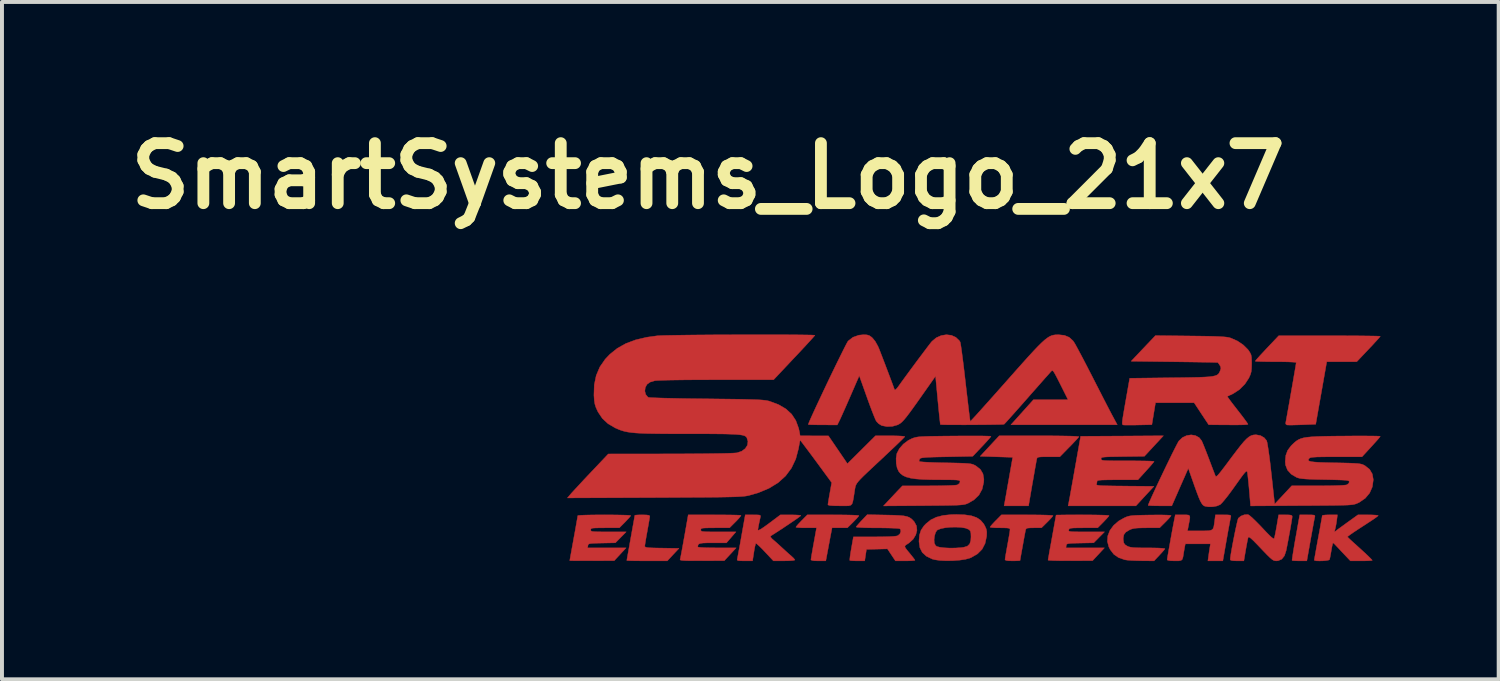
<source format=kicad_pcb>
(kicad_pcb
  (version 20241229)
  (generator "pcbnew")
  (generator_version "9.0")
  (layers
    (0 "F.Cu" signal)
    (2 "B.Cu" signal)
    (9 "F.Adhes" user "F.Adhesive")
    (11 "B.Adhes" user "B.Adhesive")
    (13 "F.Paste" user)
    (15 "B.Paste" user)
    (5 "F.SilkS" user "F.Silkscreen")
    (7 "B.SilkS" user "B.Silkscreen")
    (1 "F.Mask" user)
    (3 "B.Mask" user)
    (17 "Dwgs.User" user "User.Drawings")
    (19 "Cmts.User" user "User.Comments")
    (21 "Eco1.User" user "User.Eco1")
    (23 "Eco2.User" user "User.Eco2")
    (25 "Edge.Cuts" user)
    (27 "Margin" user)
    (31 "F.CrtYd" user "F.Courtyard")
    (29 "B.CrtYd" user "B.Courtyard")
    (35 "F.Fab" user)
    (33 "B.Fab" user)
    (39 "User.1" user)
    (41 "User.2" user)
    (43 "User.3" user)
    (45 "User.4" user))
  (footprint "SmartSystems_Logo_21x7"
    (layer "F.Cu")
    (at 21.521 8.418)
    (property "Reference" "SmartSystems_Logo_21x7" (at -6.6 -7 0) (layer "F.SilkS") (effects (font (size 1.524 1.524) (thickness 0.3))))
    (attr through_hole)
    (fp_poly (pts (xy 8.718 1.601) (xy 8.776 1.606) (xy 8.803 1.617) (xy 8.807 1.637) (xy 8.805 1.645) (xy 8.797 1.682) (xy 8.781 1.761) (xy 8.76 1.875) (xy 8.735 2.014) (xy 8.706 2.171) (xy 8.696 2.229) (xy 8.6 2.769) (xy 8.419 2.769) (xy 8.329 2.767) (xy 8.26 2.763) (xy 8.227 2.758) (xy 8.226 2.757) (xy 8.227 2.73) (xy 8.237 2.66) (xy 8.253 2.554) (xy 8.275 2.42) (xy 8.301 2.265) (xy 8.318 2.173) (xy 8.42 1.6) (xy 8.619 1.6) (xy 8.718 1.601)) (stroke (width 0.01) (type solid)) (fill yes) (layer "F.Cu"))
    (fp_poly (pts (xy 1.808 -0.406) (xy 2.068 -0.406) (xy 2.294 -0.404) (xy 2.484 -0.401) (xy 2.633 -0.398) (xy 2.74 -0.393) (xy 2.801 -0.387) (xy 2.815 -0.382) (xy 2.795 -0.356) (xy 2.746 -0.302) (xy 2.675 -0.226) (xy 2.589 -0.136) (xy 2.568 -0.116) (xy 2.33 0.127) (xy 2.044 0.127) (xy 1.92 0.127) (xy 1.838 0.13) (xy 1.788 0.137) (xy 1.761 0.149) (xy 1.749 0.168) (xy 1.745 0.184) (xy 1.737 0.225) (xy 1.722 0.308) (xy 1.701 0.425) (xy 1.676 0.568) (xy 1.648 0.729) (xy 1.634 0.806) (xy 1.537 1.372) (xy 0.916 1.372) (xy 0.929 1.302) (xy 0.937 1.257) (xy 0.953 1.17) (xy 0.974 1.05) (xy 0.999 0.905) (xy 1.028 0.744) (xy 1.038 0.686) (xy 1.134 0.14) (xy 0.721 0.127) (xy 0.308 0.114) (xy 0.55 -0.146) (xy 0.792 -0.406) (xy 1.808 -0.406)) (stroke (width 0.01) (type solid)) (fill yes) (layer "F.Cu"))
    (fp_poly (pts (xy -3.247 1.601) (xy -3.089 1.603) (xy -2.955 1.606) (xy -2.853 1.61) (xy -2.788 1.615) (xy -2.769 1.62) (xy -2.785 1.646) (xy -2.83 1.697) (xy -2.895 1.764) (xy -2.915 1.785) (xy -3.062 1.93) (xy -3.451 1.93) (xy -3.478 2.07) (xy -3.5 2.183) (xy -3.522 2.305) (xy -3.531 2.349) (xy -3.552 2.463) (xy -3.575 2.584) (xy -3.583 2.629) (xy -3.61 2.769) (xy -3.799 2.769) (xy -3.905 2.766) (xy -3.966 2.756) (xy -3.987 2.739) (xy -3.987 2.737) (xy -3.982 2.702) (xy -3.97 2.626) (xy -3.951 2.52) (xy -3.929 2.392) (xy -3.915 2.318) (xy -3.845 1.93) (xy -4.107 1.93) (xy -4.215 1.929) (xy -4.302 1.924) (xy -4.356 1.918) (xy -4.369 1.912) (xy -4.352 1.887) (xy -4.308 1.835) (xy -4.244 1.768) (xy -4.224 1.747) (xy -4.078 1.6) (xy -3.423 1.6) (xy -3.247 1.601)) (stroke (width 0.01) (type solid)) (fill yes) (layer "F.Cu"))
    (fp_poly (pts (xy -8.164 1.603) (xy -8.104 1.611) (xy -8.079 1.627) (xy -8.077 1.634) (xy -8.082 1.671) (xy -8.094 1.747) (xy -8.112 1.852) (xy -8.135 1.977) (xy -8.14 2.009) (xy -8.164 2.138) (xy -8.183 2.251) (xy -8.197 2.338) (xy -8.204 2.388) (xy -8.204 2.393) (xy -8.2 2.409) (xy -8.182 2.421) (xy -8.145 2.43) (xy -8.081 2.436) (xy -7.982 2.44) (xy -7.843 2.443) (xy -7.771 2.444) (xy -7.337 2.451) (xy -7.633 2.769) (xy -8.147 2.769) (xy -8.303 2.768) (xy -8.439 2.767) (xy -8.549 2.765) (xy -8.625 2.762) (xy -8.66 2.759) (xy -8.661 2.759) (xy -8.657 2.732) (xy -8.645 2.662) (xy -8.626 2.557) (xy -8.602 2.424) (xy -8.575 2.27) (xy -8.56 2.188) (xy -8.531 2.025) (xy -8.505 1.88) (xy -8.483 1.759) (xy -8.468 1.671) (xy -8.459 1.621) (xy -8.458 1.613) (xy -8.435 1.607) (xy -8.373 1.602) (xy -8.285 1.6) (xy -8.268 1.6) (xy -8.164 1.603)) (stroke (width 0.01) (type solid)) (fill yes) (layer "F.Cu"))
    (fp_poly (pts (xy 9.426 -2.946) (xy 9.661 -2.945) (xy 9.874 -2.944) (xy 10.062 -2.942) (xy 10.22 -2.94) (xy 10.342 -2.938) (xy 10.425 -2.935) (xy 10.463 -2.932) (xy 10.465 -2.932) (xy 10.448 -2.909) (xy 10.402 -2.856) (xy 10.332 -2.78) (xy 10.245 -2.685) (xy 10.166 -2.602) (xy 9.868 -2.287) (xy 9.487 -2.286) (xy 9.106 -2.286) (xy 8.966 -1.492) (xy 8.826 -0.699) (xy 8.48 -0.686) (xy 8.35 -0.682) (xy 8.236 -0.679) (xy 8.148 -0.679) (xy 8.098 -0.681) (xy 8.093 -0.681) (xy 8.063 -0.707) (xy 8.065 -0.745) (xy 8.073 -0.785) (xy 8.088 -0.867) (xy 8.108 -0.981) (xy 8.133 -1.12) (xy 8.161 -1.277) (xy 8.19 -1.445) (xy 8.22 -1.615) (xy 8.249 -1.78) (xy 8.275 -1.933) (xy 8.298 -2.065) (xy 8.316 -2.17) (xy 8.327 -2.24) (xy 8.331 -2.266) (xy 8.307 -2.272) (xy 8.24 -2.277) (xy 8.136 -2.282) (xy 8.005 -2.285) (xy 7.853 -2.286) (xy 7.811 -2.286) (xy 7.654 -2.287) (xy 7.516 -2.289) (xy 7.405 -2.292) (xy 7.328 -2.295) (xy 7.292 -2.3) (xy 7.29 -2.301) (xy 7.306 -2.323) (xy 7.352 -2.376) (xy 7.422 -2.453) (xy 7.51 -2.547) (xy 7.588 -2.631) (xy 7.887 -2.946) (xy 9.176 -2.946) (xy 9.426 -2.946)) (stroke (width 0.01) (type solid)) (fill yes) (layer "F.Cu"))
    (fp_poly (pts (xy -6.26 1.601) (xy -6.098 1.602) (xy -5.961 1.604) (xy -5.855 1.607) (xy -5.786 1.61) (xy -5.761 1.613) (xy -5.772 1.635) (xy -5.812 1.684) (xy -5.873 1.75) (xy -5.901 1.778) (xy -6.053 1.93) (xy -6.418 1.93) (xy -6.56 1.931) (xy -6.66 1.933) (xy -6.724 1.937) (xy -6.761 1.945) (xy -6.777 1.957) (xy -6.782 1.976) (xy -6.782 1.981) (xy -6.78 1.999) (xy -6.768 2.013) (xy -6.741 2.022) (xy -6.691 2.027) (xy -6.61 2.031) (xy -6.493 2.032) (xy -6.336 2.032) (xy -5.89 2.032) (xy -6.131 2.311) (xy -6.479 2.311) (xy -6.625 2.312) (xy -6.728 2.316) (xy -6.795 2.325) (xy -6.834 2.341) (xy -6.853 2.367) (xy -6.858 2.403) (xy -6.858 2.415) (xy -6.834 2.423) (xy -6.765 2.429) (xy -6.66 2.434) (xy -6.524 2.437) (xy -6.371 2.438) (xy -5.884 2.438) (xy -6.035 2.601) (xy -6.185 2.763) (xy -6.753 2.766) (xy -6.944 2.766) (xy -7.089 2.765) (xy -7.193 2.762) (xy -7.261 2.757) (xy -7.298 2.749) (xy -7.309 2.739) (xy -7.309 2.737) (xy -7.301 2.703) (xy -7.286 2.628) (xy -7.265 2.517) (xy -7.24 2.38) (xy -7.212 2.223) (xy -7.199 2.153) (xy -7.102 1.6) (xy -6.438 1.6) (xy -6.26 1.601)) (stroke (width 0.01) (type solid)) (fill yes) (layer "F.Cu"))
    (fp_poly (pts (xy 1.681 1.601) (xy 1.839 1.603) (xy 1.973 1.606) (xy 2.075 1.61) (xy 2.139 1.615) (xy 2.159 1.62) (xy 2.142 1.646) (xy 2.097 1.697) (xy 2.033 1.764) (xy 2.012 1.785) (xy 1.865 1.93) (xy 1.67 1.93) (xy 1.571 1.932) (xy 1.511 1.937) (xy 1.48 1.95) (xy 1.465 1.973) (xy 1.461 1.988) (xy 1.453 2.029) (xy 1.438 2.107) (xy 1.419 2.21) (xy 1.398 2.327) (xy 1.376 2.448) (xy 1.355 2.563) (xy 1.338 2.66) (xy 1.326 2.729) (xy 1.321 2.76) (xy 1.321 2.76) (xy 1.297 2.764) (xy 1.236 2.767) (xy 1.148 2.769) (xy 1.13 2.769) (xy 1.027 2.766) (xy 0.966 2.758) (xy 0.941 2.742) (xy 0.94 2.734) (xy 0.944 2.698) (xy 0.956 2.622) (xy 0.975 2.516) (xy 0.997 2.392) (xy 1.003 2.36) (xy 1.026 2.231) (xy 1.046 2.118) (xy 1.06 2.031) (xy 1.066 1.98) (xy 1.067 1.975) (xy 1.061 1.954) (xy 1.04 1.941) (xy 0.993 1.934) (xy 0.911 1.931) (xy 0.813 1.93) (xy 0.706 1.929) (xy 0.622 1.924) (xy 0.57 1.917) (xy 0.559 1.912) (xy 0.575 1.887) (xy 0.62 1.835) (xy 0.683 1.768) (xy 0.704 1.747) (xy 0.849 1.6) (xy 1.504 1.6) (xy 1.681 1.601)) (stroke (width 0.01) (type solid)) (fill yes) (layer "F.Cu"))
    (fp_poly (pts (xy 5.543 1.6) (xy 5.6 1.607) (xy 5.628 1.629) (xy 5.632 1.677) (xy 5.619 1.759) (xy 5.604 1.835) (xy 5.571 2.007) (xy 5.885 2.007) (xy 6.022 2.006) (xy 6.118 2.002) (xy 6.18 1.987) (xy 6.218 1.955) (xy 6.239 1.901) (xy 6.252 1.819) (xy 6.262 1.745) (xy 6.28 1.6) (xy 6.482 1.6) (xy 6.582 1.601) (xy 6.641 1.606) (xy 6.669 1.617) (xy 6.673 1.636) (xy 6.671 1.645) (xy 6.663 1.682) (xy 6.648 1.761) (xy 6.627 1.875) (xy 6.601 2.014) (xy 6.573 2.172) (xy 6.563 2.229) (xy 6.468 2.769) (xy 6.089 2.769) (xy 6.104 2.661) (xy 6.118 2.56) (xy 6.134 2.456) (xy 6.136 2.445) (xy 6.153 2.337) (xy 5.516 2.337) (xy 5.502 2.407) (xy 5.489 2.479) (xy 5.474 2.566) (xy 5.472 2.578) (xy 5.457 2.673) (xy 5.439 2.73) (xy 5.406 2.758) (xy 5.348 2.768) (xy 5.251 2.769) (xy 5.243 2.769) (xy 5.132 2.765) (xy 5.069 2.753) (xy 5.055 2.74) (xy 5.059 2.707) (xy 5.071 2.633) (xy 5.089 2.528) (xy 5.112 2.4) (xy 5.137 2.259) (xy 5.163 2.113) (xy 5.189 1.972) (xy 5.213 1.846) (xy 5.233 1.742) (xy 5.235 1.734) (xy 5.261 1.6) (xy 5.45 1.6) (xy 5.543 1.6)) (stroke (width 0.01) (type solid)) (fill yes) (layer "F.Cu"))
    (fp_poly (pts (xy 4.477 0.114) (xy 3.927 0.121) (xy 3.747 0.124) (xy 3.611 0.126) (xy 3.514 0.13) (xy 3.448 0.135) (xy 3.408 0.142) (xy 3.387 0.152) (xy 3.379 0.166) (xy 3.378 0.178) (xy 3.38 0.193) (xy 3.389 0.205) (xy 3.411 0.214) (xy 3.451 0.22) (xy 3.516 0.224) (xy 3.611 0.227) (xy 3.741 0.228) (xy 3.913 0.229) (xy 4.051 0.229) (xy 4.23 0.229) (xy 4.391 0.231) (xy 4.528 0.233) (xy 4.633 0.236) (xy 4.701 0.24) (xy 4.724 0.244) (xy 4.708 0.268) (xy 4.664 0.321) (xy 4.599 0.396) (xy 4.519 0.484) (xy 4.518 0.486) (xy 4.313 0.711) (xy 3.795 0.711) (xy 3.616 0.712) (xy 3.482 0.714) (xy 3.388 0.717) (xy 3.326 0.723) (xy 3.291 0.731) (xy 3.277 0.742) (xy 3.277 0.747) (xy 3.268 0.803) (xy 3.261 0.823) (xy 3.261 0.835) (xy 3.275 0.844) (xy 3.306 0.851) (xy 3.361 0.857) (xy 3.445 0.861) (xy 3.563 0.864) (xy 3.72 0.867) (xy 3.922 0.869) (xy 3.983 0.87) (xy 4.72 0.876) (xy 4.262 1.372) (xy 2.541 1.372) (xy 2.558 1.289) (xy 2.566 1.244) (xy 2.583 1.156) (xy 2.605 1.031) (xy 2.633 0.877) (xy 2.665 0.7) (xy 2.699 0.506) (xy 2.717 0.406) (xy 2.859 -0.394) (xy 3.91 -0.4) (xy 4.96 -0.407) (xy 4.477 0.114)) (stroke (width 0.01) (type solid)) (fill yes) (layer "F.Cu"))
    (fp_poly (pts (xy 4.925 1.603) (xy 5.038 1.606) (xy 5.116 1.61) (xy 5.154 1.616) (xy 5.156 1.618) (xy 5.139 1.645) (xy 5.094 1.697) (xy 5.03 1.764) (xy 5.009 1.785) (xy 4.863 1.93) (xy 4.535 1.93) (xy 4.392 1.932) (xy 4.289 1.936) (xy 4.214 1.945) (xy 4.155 1.959) (xy 4.101 1.982) (xy 4.097 1.984) (xy 4.005 2.039) (xy 3.956 2.104) (xy 3.94 2.191) (xy 3.942 2.24) (xy 3.954 2.313) (xy 3.986 2.358) (xy 4.038 2.391) (xy 4.077 2.409) (xy 4.124 2.421) (xy 4.187 2.43) (xy 4.274 2.435) (xy 4.395 2.438) (xy 4.558 2.438) (xy 4.567 2.438) (xy 4.718 2.44) (xy 4.843 2.443) (xy 4.936 2.449) (xy 4.989 2.456) (xy 5 2.461) (xy 4.979 2.49) (xy 4.932 2.544) (xy 4.869 2.613) (xy 4.856 2.627) (xy 4.722 2.769) (xy 4.399 2.766) (xy 4.266 2.763) (xy 4.143 2.758) (xy 4.043 2.75) (xy 3.981 2.741) (xy 3.981 2.741) (xy 3.822 2.686) (xy 3.701 2.602) (xy 3.609 2.482) (xy 3.575 2.415) (xy 3.538 2.276) (xy 3.548 2.134) (xy 3.602 1.996) (xy 3.696 1.868) (xy 3.827 1.755) (xy 3.96 1.68) (xy 4.01 1.657) (xy 4.056 1.64) (xy 4.107 1.628) (xy 4.172 1.619) (xy 4.258 1.613) (xy 4.373 1.609) (xy 4.527 1.606) (xy 4.629 1.604) (xy 4.787 1.603) (xy 4.925 1.603)) (stroke (width 0.01) (type solid)) (fill yes) (layer "F.Cu"))
    (fp_poly (pts (xy -9.054 1.601) (xy -8.893 1.603) (xy -8.756 1.606) (xy -8.651 1.609) (xy -8.583 1.614) (xy -8.56 1.619) (xy -8.576 1.644) (xy -8.621 1.695) (xy -8.684 1.762) (xy -8.705 1.784) (xy -8.85 1.93) (xy -9.213 1.93) (xy -9.355 1.931) (xy -9.455 1.933) (xy -9.519 1.937) (xy -9.555 1.945) (xy -9.571 1.958) (xy -9.576 1.976) (xy -9.576 1.981) (xy -9.574 1.999) (xy -9.562 2.013) (xy -9.535 2.022) (xy -9.485 2.027) (xy -9.405 2.03) (xy -9.288 2.032) (xy -9.128 2.032) (xy -9.126 2.032) (xy -8.676 2.032) (xy -8.813 2.171) (xy -8.95 2.31) (xy -9.295 2.317) (xy -9.433 2.32) (xy -9.528 2.324) (xy -9.589 2.33) (xy -9.624 2.34) (xy -9.64 2.354) (xy -9.647 2.376) (xy -9.647 2.381) (xy -9.656 2.438) (xy -8.678 2.438) (xy -8.829 2.601) (xy -8.979 2.763) (xy -9.544 2.766) (xy -9.707 2.766) (xy -9.852 2.766) (xy -9.971 2.765) (xy -10.057 2.764) (xy -10.103 2.762) (xy -10.109 2.762) (xy -10.105 2.736) (xy -10.093 2.667) (xy -10.074 2.563) (xy -10.05 2.43) (xy -10.022 2.276) (xy -10.008 2.197) (xy -9.978 2.035) (xy -9.952 1.889) (xy -9.931 1.768) (xy -9.915 1.679) (xy -9.907 1.628) (xy -9.906 1.62) (xy -9.882 1.615) (xy -9.813 1.61) (xy -9.707 1.606) (xy -9.57 1.603) (xy -9.409 1.601) (xy -9.233 1.6) (xy -9.054 1.601)) (stroke (width 0.01) (type solid)) (fill yes) (layer "F.Cu"))
    (fp_poly (pts (xy 3.087 1.601) (xy 3.248 1.603) (xy 3.385 1.606) (xy 3.49 1.609) (xy 3.558 1.614) (xy 3.581 1.619) (xy 3.565 1.644) (xy 3.52 1.695) (xy 3.457 1.762) (xy 3.436 1.784) (xy 3.291 1.93) (xy 2.931 1.93) (xy 2.789 1.931) (xy 2.69 1.933) (xy 2.625 1.938) (xy 2.587 1.946) (xy 2.568 1.959) (xy 2.559 1.979) (xy 2.558 1.981) (xy 2.555 1.999) (xy 2.562 2.012) (xy 2.585 2.021) (xy 2.631 2.027) (xy 2.707 2.03) (xy 2.819 2.032) (xy 2.973 2.032) (xy 3.005 2.032) (xy 3.465 2.032) (xy 3.328 2.171) (xy 3.191 2.31) (xy 2.846 2.317) (xy 2.708 2.32) (xy 2.613 2.324) (xy 2.552 2.33) (xy 2.517 2.34) (xy 2.501 2.354) (xy 2.495 2.376) (xy 2.494 2.381) (xy 2.486 2.438) (xy 3.463 2.438) (xy 3.313 2.601) (xy 3.162 2.763) (xy 2.597 2.766) (xy 2.434 2.766) (xy 2.289 2.764) (xy 2.17 2.761) (xy 2.084 2.757) (xy 2.038 2.752) (xy 2.032 2.749) (xy 2.036 2.719) (xy 2.049 2.647) (xy 2.067 2.539) (xy 2.092 2.404) (xy 2.12 2.249) (xy 2.134 2.172) (xy 2.163 2.01) (xy 2.189 1.867) (xy 2.21 1.748) (xy 2.226 1.661) (xy 2.234 1.614) (xy 2.235 1.607) (xy 2.259 1.605) (xy 2.328 1.604) (xy 2.434 1.602) (xy 2.571 1.601) (xy 2.733 1.6) (xy 2.908 1.6) (xy 3.087 1.601)) (stroke (width 0.01) (type solid)) (fill yes) (layer "F.Cu"))
    (fp_poly (pts (xy -0.082 1.599) (xy 0.086 1.624) (xy 0.217 1.669) (xy 0.319 1.736) (xy 0.397 1.828) (xy 0.427 1.88) (xy 0.462 1.958) (xy 0.476 2.031) (xy 0.474 2.123) (xy 0.472 2.145) (xy 0.434 2.325) (xy 0.358 2.473) (xy 0.241 2.591) (xy 0.082 2.683) (xy 0.051 2.696) (xy -0.062 2.728) (xy -0.209 2.75) (xy -0.375 2.763) (xy -0.545 2.766) (xy -0.705 2.759) (xy -0.84 2.74) (xy -0.909 2.722) (xy -1.057 2.65) (xy -1.161 2.555) (xy -1.222 2.433) (xy -1.244 2.281) (xy -1.244 2.268) (xy -1.242 2.233) (xy -0.861 2.233) (xy -0.855 2.317) (xy -0.854 2.321) (xy -0.825 2.376) (xy -0.794 2.402) (xy -0.716 2.423) (xy -0.6 2.437) (xy -0.463 2.444) (xy -0.316 2.442) (xy -0.173 2.432) (xy -0.107 2.423) (xy -0.016 2.395) (xy 0.042 2.34) (xy 0.07 2.251) (xy 0.076 2.16) (xy 0.073 2.071) (xy 0.062 2.018) (xy 0.037 1.984) (xy 0.016 1.969) (xy -0.06 1.938) (xy -0.171 1.919) (xy -0.302 1.912) (xy -0.441 1.914) (xy -0.574 1.927) (xy -0.688 1.95) (xy -0.771 1.982) (xy -0.791 1.997) (xy -0.825 2.053) (xy -0.85 2.138) (xy -0.861 2.233) (xy -1.242 2.233) (xy -1.232 2.113) (xy -1.192 1.989) (xy -1.117 1.878) (xy -1.065 1.824) (xy -0.944 1.727) (xy -0.803 1.659) (xy -0.633 1.615) (xy -0.429 1.594) (xy -0.292 1.591) (xy -0.082 1.599)) (stroke (width 0.01) (type solid)) (fill yes) (layer "F.Cu"))
    (fp_poly (pts (xy -2.073 1.605) (xy -1.885 1.609) (xy -1.741 1.616) (xy -1.631 1.626) (xy -1.549 1.643) (xy -1.487 1.667) (xy -1.436 1.702) (xy -1.389 1.748) (xy -1.362 1.779) (xy -1.308 1.88) (xy -1.296 1.993) (xy -1.326 2.109) (xy -1.393 2.219) (xy -1.496 2.312) (xy -1.514 2.325) (xy -1.565 2.357) (xy -1.596 2.382) (xy -1.603 2.409) (xy -1.584 2.447) (xy -1.539 2.506) (xy -1.465 2.595) (xy -1.455 2.608) (xy -1.4 2.676) (xy -1.361 2.728) (xy -1.346 2.754) (xy -1.37 2.76) (xy -1.433 2.765) (xy -1.526 2.768) (xy -1.594 2.769) (xy -1.842 2.769) (xy -2.045 2.464) (xy -2.578 2.477) (xy -2.6 2.623) (xy -2.622 2.769) (xy -2.805 2.769) (xy -2.897 2.767) (xy -2.966 2.763) (xy -3 2.757) (xy -3.001 2.756) (xy -3.001 2.728) (xy -2.994 2.66) (xy -2.98 2.563) (xy -2.961 2.452) (xy -2.909 2.159) (xy -2.375 2.159) (xy -2.169 2.157) (xy -2.01 2.153) (xy -1.894 2.147) (xy -1.817 2.138) (xy -1.778 2.126) (xy -1.729 2.083) (xy -1.706 2.026) (xy -1.712 1.973) (xy -1.731 1.953) (xy -1.766 1.946) (xy -1.843 1.941) (xy -1.956 1.936) (xy -2.095 1.933) (xy -2.252 1.931) (xy -2.307 1.931) (xy -2.477 1.93) (xy -2.621 1.927) (xy -2.734 1.922) (xy -2.809 1.916) (xy -2.84 1.909) (xy -2.841 1.907) (xy -2.82 1.879) (xy -2.773 1.825) (xy -2.71 1.755) (xy -2.695 1.74) (xy -2.558 1.596) (xy -2.073 1.605)) (stroke (width 0.01) (type solid)) (fill yes) (layer "F.Cu"))
    (fp_poly (pts (xy 7.119 1.598) (xy 7.156 1.624) (xy 7.22 1.68) (xy 7.304 1.761) (xy 7.4 1.858) (xy 7.468 1.93) (xy 7.577 2.045) (xy 7.657 2.126) (xy 7.712 2.176) (xy 7.748 2.201) (xy 7.767 2.202) (xy 7.774 2.193) (xy 7.785 2.149) (xy 7.802 2.068) (xy 7.822 1.963) (xy 7.838 1.873) (xy 7.884 1.6) (xy 8.057 1.6) (xy 8.15 1.602) (xy 8.202 1.609) (xy 8.225 1.624) (xy 8.229 1.645) (xy 8.225 1.684) (xy 8.212 1.764) (xy 8.194 1.875) (xy 8.171 2.005) (xy 8.145 2.147) (xy 8.118 2.29) (xy 8.092 2.423) (xy 8.075 2.509) (xy 8.032 2.639) (xy 7.965 2.724) (xy 7.873 2.765) (xy 7.828 2.769) (xy 7.792 2.766) (xy 7.757 2.756) (xy 7.718 2.732) (xy 7.667 2.689) (xy 7.599 2.623) (xy 7.507 2.528) (xy 7.431 2.448) (xy 7.319 2.331) (xy 7.237 2.248) (xy 7.179 2.195) (xy 7.142 2.168) (xy 7.121 2.164) (xy 7.111 2.175) (xy 7.1 2.219) (xy 7.084 2.3) (xy 7.064 2.406) (xy 7.048 2.496) (xy 7.002 2.769) (xy 6.828 2.769) (xy 6.728 2.765) (xy 6.672 2.755) (xy 6.655 2.736) (xy 6.655 2.736) (xy 6.66 2.683) (xy 6.673 2.594) (xy 6.693 2.477) (xy 6.717 2.343) (xy 6.745 2.2) (xy 6.773 2.058) (xy 6.801 1.927) (xy 6.826 1.815) (xy 6.846 1.732) (xy 6.86 1.688) (xy 6.862 1.684) (xy 6.929 1.631) (xy 7.014 1.598) (xy 7.095 1.592) (xy 7.119 1.598)) (stroke (width 0.01) (type solid)) (fill yes) (layer "F.Cu"))
    (fp_poly (pts (xy -5.356 1.601) (xy -5.298 1.605) (xy -5.271 1.616) (xy -5.266 1.636) (xy -5.27 1.657) (xy -5.301 1.798) (xy -5.321 1.897) (xy -5.331 1.96) (xy -5.333 1.986) (xy -5.318 1.992) (xy -5.27 1.969) (xy -5.187 1.916) (xy -5.068 1.83) (xy -5.048 1.815) (xy -4.763 1.601) (xy -4.502 1.601) (xy -4.394 1.602) (xy -4.308 1.607) (xy -4.254 1.613) (xy -4.242 1.619) (xy -4.262 1.637) (xy -4.317 1.678) (xy -4.4 1.736) (xy -4.503 1.806) (xy -4.618 1.883) (xy -4.737 1.963) (xy -4.855 2.039) (xy -4.961 2.107) (xy -5.008 2.136) (xy -5.013 2.162) (xy -4.975 2.207) (xy -4.952 2.227) (xy -4.891 2.28) (xy -4.809 2.353) (xy -4.723 2.432) (xy -4.712 2.442) (xy -4.628 2.519) (xy -4.546 2.593) (xy -4.483 2.648) (xy -4.477 2.653) (xy -4.426 2.701) (xy -4.397 2.738) (xy -4.394 2.745) (xy -4.418 2.755) (xy -4.482 2.762) (xy -4.576 2.767) (xy -4.667 2.768) (xy -4.94 2.768) (xy -5.154 2.54) (xy -5.236 2.454) (xy -5.307 2.385) (xy -5.359 2.339) (xy -5.384 2.324) (xy -5.384 2.324) (xy -5.396 2.352) (xy -5.412 2.419) (xy -5.429 2.511) (xy -5.435 2.552) (xy -5.469 2.769) (xy -5.67 2.769) (xy -5.77 2.767) (xy -5.829 2.763) (xy -5.856 2.752) (xy -5.86 2.733) (xy -5.858 2.724) (xy -5.85 2.687) (xy -5.835 2.607) (xy -5.814 2.494) (xy -5.788 2.355) (xy -5.76 2.197) (xy -5.75 2.14) (xy -5.654 1.6) (xy -5.455 1.6) (xy -5.356 1.601)) (stroke (width 0.01) (type solid)) (fill yes) (layer "F.Cu"))
    (fp_poly (pts (xy 9.36 1.734) (xy 9.346 1.829) (xy 9.329 1.919) (xy 9.321 1.951) (xy 9.299 2.036) (xy 9.38 1.975) (xy 9.436 1.934) (xy 9.519 1.874) (xy 9.617 1.802) (xy 9.68 1.757) (xy 9.898 1.6) (xy 10.156 1.6) (xy 10.263 1.602) (xy 10.349 1.607) (xy 10.402 1.614) (xy 10.414 1.619) (xy 10.394 1.638) (xy 10.337 1.68) (xy 10.251 1.739) (xy 10.141 1.811) (xy 10.02 1.89) (xy 9.895 1.971) (xy 9.788 2.042) (xy 9.704 2.1) (xy 9.65 2.141) (xy 9.632 2.158) (xy 9.653 2.182) (xy 9.703 2.23) (xy 9.772 2.293) (xy 9.792 2.311) (xy 9.926 2.432) (xy 10.044 2.54) (xy 10.141 2.63) (xy 10.212 2.7) (xy 10.253 2.743) (xy 10.262 2.755) (xy 10.238 2.761) (xy 10.174 2.765) (xy 10.079 2.768) (xy 9.984 2.769) (xy 9.707 2.769) (xy 9.556 2.61) (xy 9.477 2.527) (xy 9.405 2.449) (xy 9.35 2.391) (xy 9.341 2.381) (xy 9.297 2.336) (xy 9.268 2.312) (xy 9.265 2.311) (xy 9.256 2.335) (xy 9.241 2.396) (xy 9.225 2.483) (xy 9.221 2.507) (xy 9.204 2.604) (xy 9.189 2.684) (xy 9.178 2.731) (xy 9.177 2.735) (xy 9.149 2.75) (xy 9.087 2.761) (xy 9.007 2.768) (xy 8.922 2.77) (xy 8.848 2.768) (xy 8.8 2.759) (xy 8.789 2.75) (xy 8.793 2.72) (xy 8.806 2.648) (xy 8.825 2.541) (xy 8.849 2.407) (xy 8.877 2.252) (xy 8.89 2.184) (xy 8.92 2.024) (xy 8.946 1.88) (xy 8.967 1.761) (xy 8.983 1.674) (xy 8.99 1.626) (xy 8.991 1.619) (xy 9.015 1.61) (xy 9.077 1.603) (xy 9.165 1.6) (xy 9.184 1.6) (xy 9.377 1.6) (xy 9.36 1.734)) (stroke (width 0.01) (type solid)) (fill yes) (layer "F.Cu"))
    (fp_poly (pts (xy 5.649 -2.94) (xy 5.895 -2.937) (xy 6.095 -2.934) (xy 6.256 -2.93) (xy 6.382 -2.925) (xy 6.48 -2.919) (xy 6.555 -2.912) (xy 6.613 -2.903) (xy 6.658 -2.891) (xy 6.671 -2.887) (xy 6.835 -2.815) (xy 6.984 -2.715) (xy 7.102 -2.599) (xy 7.124 -2.57) (xy 7.162 -2.511) (xy 7.185 -2.46) (xy 7.196 -2.398) (xy 7.2 -2.311) (xy 7.201 -2.239) (xy 7.198 -2.121) (xy 7.189 -2.034) (xy 7.168 -1.96) (xy 7.132 -1.88) (xy 7.131 -1.876) (xy 7.029 -1.72) (xy 6.892 -1.582) (xy 6.734 -1.478) (xy 6.712 -1.467) (xy 6.643 -1.435) (xy 6.595 -1.412) (xy 6.582 -1.406) (xy 6.594 -1.385) (xy 6.633 -1.331) (xy 6.693 -1.25) (xy 6.771 -1.149) (xy 6.845 -1.054) (xy 6.933 -0.941) (xy 7.008 -0.842) (xy 7.065 -0.764) (xy 7.099 -0.714) (xy 7.107 -0.698) (xy 7.081 -0.691) (xy 7.017 -0.686) (xy 6.913 -0.683) (xy 6.765 -0.682) (xy 6.57 -0.683) (xy 6.49 -0.683) (xy 6.109 -0.687) (xy 5.924 -0.966) (xy 5.74 -1.245) (xy 4.759 -1.245) (xy 4.667 -0.688) (xy 4.334 -0.681) (xy 4.204 -0.678) (xy 4.09 -0.678) (xy 4.002 -0.678) (xy 3.952 -0.68) (xy 3.948 -0.681) (xy 3.932 -0.684) (xy 3.921 -0.694) (xy 3.915 -0.716) (xy 3.916 -0.757) (xy 3.923 -0.821) (xy 3.938 -0.916) (xy 3.96 -1.047) (xy 3.99 -1.22) (xy 4 -1.277) (xy 4.104 -1.867) (xy 5.157 -1.88) (xy 5.432 -1.883) (xy 5.661 -1.887) (xy 5.847 -1.891) (xy 5.997 -1.897) (xy 6.114 -1.904) (xy 6.204 -1.915) (xy 6.269 -1.929) (xy 6.316 -1.947) (xy 6.349 -1.969) (xy 6.372 -1.997) (xy 6.389 -2.031) (xy 6.4 -2.056) (xy 6.419 -2.119) (xy 6.408 -2.168) (xy 6.391 -2.197) (xy 6.359 -2.244) (xy 6.343 -2.266) (xy 6.317 -2.267) (xy 6.246 -2.269) (xy 6.134 -2.272) (xy 5.987 -2.274) (xy 5.81 -2.277) (xy 5.609 -2.28) (xy 5.387 -2.283) (xy 5.239 -2.285) (xy 4.14 -2.299) (xy 4.449 -2.625) (xy 4.758 -2.95) (xy 5.649 -2.94)) (stroke (width 0.01) (type solid)) (fill yes) (layer "F.Cu"))
    (fp_poly (pts (xy 0.231 -0.403) (xy 0.375 -0.402) (xy 0.486 -0.399) (xy 0.558 -0.397) (xy 0.584 -0.393) (xy 0.584 -0.393) (xy 0.568 -0.369) (xy 0.522 -0.316) (xy 0.455 -0.241) (xy 0.372 -0.151) (xy 0.352 -0.131) (xy 0.12 0.114) (xy -0.54 0.127) (xy -0.743 0.131) (xy -0.9 0.135) (xy -1.019 0.14) (xy -1.104 0.146) (xy -1.162 0.153) (xy -1.198 0.161) (xy -1.219 0.173) (xy -1.228 0.183) (xy -1.242 0.227) (xy -1.235 0.246) (xy -1.205 0.252) (xy -1.132 0.259) (xy -1.021 0.265) (xy -0.881 0.271) (xy -0.718 0.276) (xy -0.563 0.279) (xy -0.364 0.283) (xy -0.21 0.287) (xy -0.092 0.291) (xy -0.005 0.297) (xy 0.059 0.304) (xy 0.106 0.314) (xy 0.143 0.327) (xy 0.177 0.344) (xy 0.205 0.36) (xy 0.315 0.448) (xy 0.38 0.559) (xy 0.403 0.696) (xy 0.399 0.771) (xy 0.359 0.949) (xy 0.277 1.098) (xy 0.153 1.218) (xy 0.013 1.3) (xy -0.02 1.315) (xy -0.053 1.327) (xy -0.091 1.337) (xy -0.139 1.344) (xy -0.202 1.35) (xy -0.286 1.355) (xy -0.396 1.358) (xy -0.537 1.361) (xy -0.714 1.363) (xy -0.933 1.365) (xy -1.13 1.367) (xy -2.146 1.374) (xy -2.032 1.252) (xy -1.951 1.166) (xy -1.858 1.067) (xy -1.792 0.997) (xy -1.665 0.864) (xy -0.999 0.864) (xy -0.814 0.863) (xy -0.644 0.86) (xy -0.497 0.856) (xy -0.38 0.851) (xy -0.3 0.845) (xy -0.268 0.839) (xy -0.216 0.8) (xy -0.203 0.763) (xy -0.205 0.745) (xy -0.215 0.732) (xy -0.241 0.723) (xy -0.288 0.716) (xy -0.363 0.713) (xy -0.474 0.711) (xy -0.626 0.71) (xy -0.692 0.71) (xy -0.947 0.708) (xy -1.156 0.701) (xy -1.325 0.688) (xy -1.46 0.668) (xy -1.566 0.64) (xy -1.647 0.603) (xy -1.71 0.556) (xy -1.758 0.5) (xy -1.799 0.41) (xy -1.822 0.292) (xy -1.825 0.164) (xy -1.807 0.048) (xy -1.803 0.037) (xy -1.741 -0.082) (xy -1.642 -0.195) (xy -1.519 -0.288) (xy -1.426 -0.335) (xy -1.387 -0.35) (xy -1.348 -0.362) (xy -1.304 -0.372) (xy -1.249 -0.38) (xy -1.177 -0.386) (xy -1.083 -0.39) (xy -0.961 -0.394) (xy -0.806 -0.396) (xy -0.612 -0.399) (xy -0.373 -0.401) (xy -0.349 -0.401) (xy -0.137 -0.403) (xy 0.058 -0.403) (xy 0.231 -0.403)) (stroke (width 0.01) (type solid)) (fill yes) (layer "F.Cu"))
    (fp_poly (pts (xy -0.422 -2.957) (xy -0.31 -2.907) (xy -0.221 -2.822) (xy -0.199 -2.787) (xy -0.191 -2.752) (xy -0.178 -2.672) (xy -0.161 -2.554) (xy -0.141 -2.402) (xy -0.118 -2.223) (xy -0.094 -2.023) (xy -0.069 -1.806) (xy -0.064 -1.761) (xy -0.039 -1.544) (xy -0.015 -1.343) (xy 0.006 -1.164) (xy 0.024 -1.012) (xy 0.039 -0.893) (xy 0.05 -0.812) (xy 0.056 -0.775) (xy 0.057 -0.773) (xy 0.075 -0.789) (xy 0.124 -0.841) (xy 0.2 -0.923) (xy 0.3 -1.034) (xy 0.421 -1.169) (xy 0.561 -1.325) (xy 0.715 -1.498) (xy 0.882 -1.686) (xy 0.977 -1.793) (xy 1.191 -2.035) (xy 1.374 -2.24) (xy 1.53 -2.414) (xy 1.662 -2.557) (xy 1.773 -2.674) (xy 1.866 -2.766) (xy 1.944 -2.837) (xy 2.011 -2.889) (xy 2.069 -2.926) (xy 2.122 -2.95) (xy 2.173 -2.963) (xy 2.224 -2.97) (xy 2.28 -2.971) (xy 2.295 -2.972) (xy 2.448 -2.956) (xy 2.568 -2.906) (xy 2.664 -2.819) (xy 2.689 -2.784) (xy 2.718 -2.737) (xy 2.766 -2.65) (xy 2.83 -2.53) (xy 2.908 -2.384) (xy 2.995 -2.217) (xy 3.088 -2.036) (xy 3.149 -1.918) (xy 3.248 -1.724) (xy 3.346 -1.533) (xy 3.438 -1.353) (xy 3.521 -1.192) (xy 3.591 -1.057) (xy 3.644 -0.956) (xy 3.663 -0.921) (xy 3.789 -0.686) (xy 1.089 -0.686) (xy 1.66 -1.321) (xy 2.54 -1.321) (xy 2.348 -1.705) (xy 2.277 -1.845) (xy 2.225 -1.945) (xy 2.188 -2.011) (xy 2.162 -2.048) (xy 2.142 -2.061) (xy 2.126 -2.057) (xy 2.11 -2.042) (xy 2.083 -2.012) (xy 2.027 -1.948) (xy 1.945 -1.857) (xy 1.843 -1.741) (xy 1.725 -1.607) (xy 1.594 -1.459) (xy 1.502 -1.354) (xy 1.367 -1.201) (xy 1.242 -1.06) (xy 1.132 -0.936) (xy 1.04 -0.834) (xy 0.971 -0.757) (xy 0.928 -0.711) (xy 0.915 -0.699) (xy 0.886 -0.696) (xy 0.814 -0.693) (xy 0.706 -0.691) (xy 0.57 -0.689) (xy 0.413 -0.687) (xy 0.243 -0.686) (xy 0.067 -0.685) (xy -0.107 -0.684) (xy -0.271 -0.685) (xy -0.42 -0.685) (xy -0.544 -0.686) (xy -0.637 -0.688) (xy -0.691 -0.691) (xy -0.701 -0.693) (xy -0.706 -0.719) (xy -0.714 -0.789) (xy -0.726 -0.896) (xy -0.74 -1.032) (xy -0.755 -1.191) (xy -0.767 -1.31) (xy -0.824 -1.92) (xy -1.165 -1.436) (xy -1.299 -1.246) (xy -1.409 -1.093) (xy -1.497 -0.973) (xy -1.568 -0.88) (xy -1.625 -0.812) (xy -1.672 -0.762) (xy -1.713 -0.727) (xy -1.752 -0.702) (xy -1.789 -0.683) (xy -1.918 -0.646) (xy -2.057 -0.64) (xy -2.185 -0.665) (xy -2.202 -0.672) (xy -2.273 -0.718) (xy -2.328 -0.777) (xy -2.35 -0.821) (xy -2.385 -0.905) (xy -2.431 -1.021) (xy -2.484 -1.161) (xy -2.541 -1.317) (xy -2.567 -1.39) (xy -2.76 -1.932) (xy -2.984 -1.417) (xy -3.053 -1.259) (xy -3.118 -1.111) (xy -3.177 -0.98) (xy -3.224 -0.875) (xy -3.256 -0.806) (xy -3.263 -0.792) (xy -3.318 -0.682) (xy -3.681 -0.683) (xy -3.811 -0.684) (xy -3.922 -0.686) (xy -4.005 -0.688) (xy -4.049 -0.692) (xy -4.054 -0.693) (xy -4.047 -0.718) (xy -4.02 -0.784) (xy -3.976 -0.884) (xy -3.917 -1.013) (xy -3.847 -1.165) (xy -3.767 -1.335) (xy -3.681 -1.518) (xy -3.591 -1.708) (xy -3.5 -1.899) (xy -3.41 -2.085) (xy -3.324 -2.262) (xy -3.244 -2.424) (xy -3.174 -2.565) (xy -3.116 -2.68) (xy -3.073 -2.762) (xy -3.047 -2.807) (xy -3.042 -2.813) (xy -2.921 -2.907) (xy -2.773 -2.96) (xy -2.655 -2.972) (xy -2.566 -2.968) (xy -2.505 -2.95) (xy -2.449 -2.911) (xy -2.425 -2.889) (xy -2.354 -2.802) (xy -2.286 -2.679) (xy -2.261 -2.622) (xy -2.233 -2.551) (xy -2.192 -2.445) (xy -2.142 -2.315) (xy -2.087 -2.171) (xy -2.031 -2.023) (xy -1.977 -1.88) (xy -1.929 -1.753) (xy -1.892 -1.652) (xy -1.868 -1.585) (xy -1.865 -1.577) (xy -1.845 -1.572) (xy -1.803 -1.613) (xy -1.772 -1.653) (xy -1.684 -1.776) (xy -1.584 -1.913) (xy -1.476 -2.06) (xy -1.365 -2.21) (xy -1.257 -2.356) (xy -1.155 -2.491) (xy -1.065 -2.611) (xy -0.992 -2.707) (xy -0.94 -2.774) (xy -0.916 -2.803) (xy -0.806 -2.895) (xy -0.68 -2.951) (xy -0.549 -2.972) (xy -0.422 -2.957)) (stroke (width 0.01) (type solid)) (fill yes) (layer "F.Cu"))
    (fp_poly (pts (xy 7.424 -0.412) (xy 7.519 -0.357) (xy 7.579 -0.285) (xy 7.592 -0.24) (xy 7.608 -0.15) (xy 7.628 -0.021) (xy 7.651 0.144) (xy 7.675 0.336) (xy 7.699 0.553) (xy 7.7 0.556) (xy 7.784 1.327) (xy 8.001 1.095) (xy 8.217 0.863) (xy 8.882 0.863) (xy 9.069 0.862) (xy 9.239 0.86) (xy 9.386 0.856) (xy 9.502 0.851) (xy 9.581 0.844) (xy 9.612 0.839) (xy 9.663 0.803) (xy 9.677 0.766) (xy 9.675 0.751) (xy 9.664 0.739) (xy 9.638 0.73) (xy 9.591 0.723) (xy 9.518 0.718) (xy 9.412 0.714) (xy 9.267 0.71) (xy 9.079 0.706) (xy 9.061 0.706) (xy 8.859 0.702) (xy 8.7 0.697) (xy 8.579 0.691) (xy 8.489 0.683) (xy 8.422 0.674) (xy 8.373 0.661) (xy 8.344 0.651) (xy 8.205 0.569) (xy 8.11 0.464) (xy 8.06 0.336) (xy 8.052 0.249) (xy 8.066 0.093) (xy 8.113 -0.035) (xy 8.199 -0.15) (xy 8.231 -0.183) (xy 8.284 -0.233) (xy 8.334 -0.274) (xy 8.387 -0.308) (xy 8.447 -0.334) (xy 8.521 -0.355) (xy 8.613 -0.37) (xy 8.729 -0.381) (xy 8.874 -0.389) (xy 9.054 -0.394) (xy 9.274 -0.398) (xy 9.539 -0.4) (xy 9.544 -0.4) (xy 9.755 -0.402) (xy 9.948 -0.403) (xy 10.119 -0.402) (xy 10.262 -0.401) (xy 10.371 -0.399) (xy 10.441 -0.396) (xy 10.465 -0.393) (xy 10.448 -0.369) (xy 10.404 -0.315) (xy 10.337 -0.24) (xy 10.255 -0.149) (xy 10.233 -0.125) (xy 10.001 0.127) (xy 9.347 0.127) (xy 9.144 0.127) (xy 8.985 0.129) (xy 8.866 0.131) (xy 8.78 0.136) (xy 8.722 0.142) (xy 8.686 0.15) (xy 8.665 0.162) (xy 8.661 0.166) (xy 8.642 0.194) (xy 8.64 0.217) (xy 8.661 0.235) (xy 8.709 0.249) (xy 8.787 0.259) (xy 8.901 0.267) (xy 9.056 0.273) (xy 9.255 0.278) (xy 9.329 0.279) (xy 9.527 0.283) (xy 9.68 0.287) (xy 9.796 0.292) (xy 9.882 0.297) (xy 9.945 0.305) (xy 9.992 0.315) (xy 10.029 0.328) (xy 10.064 0.346) (xy 10.081 0.356) (xy 10.193 0.445) (xy 10.262 0.562) (xy 10.287 0.704) (xy 10.287 0.714) (xy 10.263 0.89) (xy 10.194 1.047) (xy 10.083 1.179) (xy 9.932 1.283) (xy 9.896 1.3) (xy 9.866 1.313) (xy 9.837 1.324) (xy 9.804 1.333) (xy 9.762 1.341) (xy 9.706 1.347) (xy 9.634 1.352) (xy 9.539 1.355) (xy 9.417 1.358) (xy 9.264 1.361) (xy 9.076 1.362) (xy 8.847 1.364) (xy 8.573 1.366) (xy 8.469 1.366) (xy 7.172 1.374) (xy 7.138 0.973) (xy 7.125 0.831) (xy 7.112 0.703) (xy 7.101 0.599) (xy 7.092 0.53) (xy 7.088 0.511) (xy 7.079 0.494) (xy 7.064 0.495) (xy 7.038 0.517) (xy 6.997 0.564) (xy 6.938 0.642) (xy 6.857 0.755) (xy 6.778 0.866) (xy 6.683 0.998) (xy 6.593 1.119) (xy 6.512 1.22) (xy 6.447 1.296) (xy 6.404 1.338) (xy 6.401 1.34) (xy 6.32 1.375) (xy 6.215 1.395) (xy 6.107 1.397) (xy 6.016 1.382) (xy 5.988 1.37) (xy 5.958 1.346) (xy 5.929 1.306) (xy 5.895 1.245) (xy 5.856 1.155) (xy 5.809 1.031) (xy 5.749 0.867) (xy 5.726 0.8) (xy 5.592 0.419) (xy 5.53 0.559) (xy 5.497 0.635) (xy 5.449 0.743) (xy 5.392 0.872) (xy 5.333 1.007) (xy 5.321 1.035) (xy 5.173 1.372) (xy 4.872 1.372) (xy 4.756 1.371) (xy 4.66 1.368) (xy 4.596 1.364) (xy 4.572 1.36) (xy 4.583 1.327) (xy 4.613 1.255) (xy 4.659 1.151) (xy 4.719 1.02) (xy 4.789 0.87) (xy 4.865 0.708) (xy 4.946 0.538) (xy 5.027 0.369) (xy 5.106 0.207) (xy 5.179 0.057) (xy 5.244 -0.072) (xy 5.297 -0.176) (xy 5.335 -0.247) (xy 5.353 -0.276) (xy 5.442 -0.361) (xy 5.55 -0.412) (xy 5.664 -0.43) (xy 5.773 -0.412) (xy 5.867 -0.361) (xy 5.93 -0.282) (xy 5.952 -0.233) (xy 5.988 -0.146) (xy 6.033 -0.033) (xy 6.083 0.096) (xy 6.106 0.156) (xy 6.156 0.289) (xy 6.202 0.41) (xy 6.24 0.509) (xy 6.266 0.576) (xy 6.272 0.593) (xy 6.281 0.614) (xy 6.292 0.625) (xy 6.309 0.621) (xy 6.336 0.599) (xy 6.375 0.555) (xy 6.432 0.484) (xy 6.51 0.382) (xy 6.612 0.246) (xy 6.676 0.159) (xy 6.807 -0.014) (xy 6.913 -0.15) (xy 6.999 -0.254) (xy 7.07 -0.328) (xy 7.132 -0.379) (xy 7.187 -0.411) (xy 7.242 -0.427) (xy 7.301 -0.432) (xy 7.314 -0.432) (xy 7.424 -0.412)) (stroke (width 0.01) (type solid)) (fill yes) (layer "F.Cu"))
    (fp_poly (pts (xy -4.852 -2.972) (xy -4.622 -2.971) (xy -4.415 -2.97) (xy -4.235 -2.968) (xy -4.088 -2.966) (xy -3.977 -2.964) (xy -3.909 -2.96) (xy -3.886 -2.957) (xy -3.903 -2.936) (xy -3.95 -2.882) (xy -4.024 -2.801) (xy -4.12 -2.696) (xy -4.234 -2.574) (xy -4.361 -2.438) (xy -4.411 -2.386) (xy -4.935 -1.829) (xy -6.376 -1.829) (xy -6.677 -1.828) (xy -6.956 -1.827) (xy -7.21 -1.825) (xy -7.433 -1.822) (xy -7.622 -1.819) (xy -7.774 -1.814) (xy -7.883 -1.81) (xy -7.947 -1.805) (xy -7.953 -1.803) (xy -8.069 -1.769) (xy -8.145 -1.715) (xy -8.147 -1.713) (xy -8.192 -1.631) (xy -8.203 -1.54) (xy -8.181 -1.455) (xy -8.129 -1.392) (xy -8.11 -1.381) (xy -8.076 -1.377) (xy -7.997 -1.373) (xy -7.877 -1.368) (xy -7.719 -1.363) (xy -7.53 -1.359) (xy -7.314 -1.354) (xy -7.075 -1.35) (xy -6.818 -1.347) (xy -6.629 -1.345) (xy -6.318 -1.341) (xy -6.053 -1.338) (xy -5.83 -1.335) (xy -5.645 -1.331) (xy -5.494 -1.327) (xy -5.372 -1.323) (xy -5.275 -1.318) (xy -5.199 -1.312) (xy -5.14 -1.305) (xy -5.092 -1.297) (xy -5.053 -1.288) (xy -5.042 -1.285) (xy -4.811 -1.199) (xy -4.624 -1.09) (xy -4.477 -0.955) (xy -4.37 -0.792) (xy -4.299 -0.597) (xy -4.278 -0.502) (xy -4.262 -0.406) (xy -3.902 -0.405) (xy -3.543 -0.405) (xy -3.061 0.302) (xy -2.705 -0.052) (xy -2.349 -0.406) (xy -1.972 -0.406) (xy -1.835 -0.405) (xy -1.724 -0.401) (xy -1.645 -0.395) (xy -1.607 -0.387) (xy -1.604 -0.383) (xy -1.625 -0.361) (xy -1.677 -0.308) (xy -1.757 -0.23) (xy -1.859 -0.132) (xy -1.98 -0.018) (xy -2.113 0.107) (xy -2.121 0.115) (xy -2.303 0.285) (xy -2.452 0.424) (xy -2.571 0.536) (xy -2.664 0.625) (xy -2.734 0.696) (xy -2.785 0.753) (xy -2.821 0.8) (xy -2.844 0.841) (xy -2.858 0.88) (xy -2.867 0.922) (xy -2.875 0.97) (xy -2.884 1.029) (xy -2.905 1.166) (xy -2.923 1.261) (xy -2.943 1.321) (xy -2.975 1.355) (xy -3.026 1.37) (xy -3.105 1.373) (xy -3.219 1.372) (xy -3.252 1.372) (xy -3.389 1.37) (xy -3.482 1.365) (xy -3.535 1.357) (xy -3.555 1.343) (xy -3.556 1.34) (xy -3.551 1.303) (xy -3.539 1.228) (xy -3.522 1.127) (xy -3.507 1.045) (xy -3.46 0.782) (xy -3.857 0.241) (xy -3.963 0.098) (xy -4.059 -0.031) (xy -4.141 -0.14) (xy -4.204 -0.224) (xy -4.245 -0.277) (xy -4.261 -0.294) (xy -4.268 -0.268) (xy -4.28 -0.204) (xy -4.297 -0.114) (xy -4.303 -0.079) (xy -4.372 0.181) (xy -4.481 0.412) (xy -4.63 0.613) (xy -4.821 0.785) (xy -5.053 0.927) (xy -5.327 1.041) (xy -5.563 1.108) (xy -5.6 1.116) (xy -5.641 1.123) (xy -5.691 1.129) (xy -5.753 1.134) (xy -5.829 1.139) (xy -5.924 1.143) (xy -6.04 1.146) (xy -6.182 1.149) (xy -6.352 1.152) (xy -6.554 1.154) (xy -6.792 1.156) (xy -7.068 1.157) (xy -7.387 1.159) (xy -7.751 1.161) (xy -7.961 1.162) (xy -10.168 1.171) (xy -10.082 1.069) (xy -10.04 1.022) (xy -9.969 0.945) (xy -9.875 0.844) (xy -9.765 0.725) (xy -9.644 0.596) (xy -9.563 0.511) (xy -9.131 0.055) (xy -7.566 0.053) (xy -7.254 0.052) (xy -6.963 0.05) (xy -6.697 0.048) (xy -6.461 0.045) (xy -6.259 0.042) (xy -6.093 0.038) (xy -5.968 0.033) (xy -5.888 0.028) (xy -5.865 0.026) (xy -5.744 -0.015) (xy -5.654 -0.082) (xy -5.599 -0.168) (xy -5.586 -0.264) (xy -5.614 -0.356) (xy -5.629 -0.378) (xy -5.651 -0.396) (xy -5.684 -0.411) (xy -5.734 -0.424) (xy -5.802 -0.434) (xy -5.894 -0.442) (xy -6.013 -0.447) (xy -6.164 -0.452) (xy -6.35 -0.454) (xy -6.575 -0.456) (xy -6.844 -0.457) (xy -7.116 -0.457) (xy -7.436 -0.457) (xy -7.709 -0.458) (xy -7.941 -0.461) (xy -8.136 -0.464) (xy -8.299 -0.47) (xy -8.435 -0.478) (xy -8.547 -0.489) (xy -8.642 -0.503) (xy -8.723 -0.52) (xy -8.795 -0.541) (xy -8.863 -0.566) (xy -8.931 -0.596) (xy -8.955 -0.606) (xy -9.137 -0.713) (xy -9.28 -0.845) (xy -9.39 -1.009) (xy -9.403 -1.035) (xy -9.445 -1.128) (xy -9.471 -1.21) (xy -9.486 -1.302) (xy -9.494 -1.423) (xy -9.495 -1.433) (xy -9.487 -1.699) (xy -9.437 -1.938) (xy -9.345 -2.154) (xy -9.209 -2.351) (xy -9.09 -2.476) (xy -8.902 -2.627) (xy -8.686 -2.748) (xy -8.438 -2.841) (xy -8.154 -2.908) (xy -7.878 -2.946) (xy -7.816 -2.949) (xy -7.711 -2.953) (xy -7.569 -2.956) (xy -7.394 -2.959) (xy -7.19 -2.962) (xy -6.963 -2.965) (xy -6.717 -2.967) (xy -6.456 -2.969) (xy -6.186 -2.97) (xy -5.91 -2.971) (xy -5.635 -2.972) (xy -5.363 -2.972) (xy -5.101 -2.972) (xy -4.852 -2.972)) (stroke (width 0.01) (type solid)) (fill yes) (layer "F.Cu"))
    (fp_poly (pts (xy 8.718 1.601) (xy 8.776 1.606) (xy 8.803 1.617) (xy 8.807 1.637) (xy 8.805 1.645) (xy 8.797 1.682) (xy 8.781 1.761) (xy 8.76 1.875) (xy 8.735 2.014) (xy 8.706 2.171) (xy 8.696 2.229) (xy 8.6 2.769) (xy 8.419 2.769) (xy 8.329 2.767) (xy 8.26 2.763) (xy 8.227 2.758) (xy 8.226 2.757) (xy 8.227 2.73) (xy 8.237 2.66) (xy 8.253 2.554) (xy 8.275 2.42) (xy 8.301 2.265) (xy 8.318 2.173) (xy 8.42 1.6) (xy 8.619 1.6) (xy 8.718 1.601)) (stroke (width 0.01) (type solid)) (fill yes) (layer "F.Mask"))
    (fp_poly (pts (xy 1.808 -0.406) (xy 2.068 -0.406) (xy 2.294 -0.404) (xy 2.484 -0.401) (xy 2.633 -0.398) (xy 2.74 -0.393) (xy 2.801 -0.387) (xy 2.815 -0.382) (xy 2.795 -0.356) (xy 2.746 -0.302) (xy 2.675 -0.226) (xy 2.589 -0.136) (xy 2.568 -0.116) (xy 2.33 0.127) (xy 2.044 0.127) (xy 1.92 0.127) (xy 1.838 0.13) (xy 1.788 0.137) (xy 1.761 0.149) (xy 1.749 0.168) (xy 1.745 0.184) (xy 1.737 0.225) (xy 1.722 0.308) (xy 1.701 0.425) (xy 1.676 0.568) (xy 1.648 0.729) (xy 1.634 0.806) (xy 1.537 1.372) (xy 0.916 1.372) (xy 0.929 1.302) (xy 0.937 1.257) (xy 0.953 1.17) (xy 0.974 1.05) (xy 0.999 0.905) (xy 1.028 0.744) (xy 1.038 0.686) (xy 1.134 0.14) (xy 0.721 0.127) (xy 0.308 0.114) (xy 0.55 -0.146) (xy 0.792 -0.406) (xy 1.808 -0.406)) (stroke (width 0.01) (type solid)) (fill yes) (layer "F.Mask"))
    (fp_poly (pts (xy -3.247 1.601) (xy -3.089 1.603) (xy -2.955 1.606) (xy -2.853 1.61) (xy -2.788 1.615) (xy -2.769 1.62) (xy -2.785 1.646) (xy -2.83 1.697) (xy -2.895 1.764) (xy -2.915 1.785) (xy -3.062 1.93) (xy -3.451 1.93) (xy -3.478 2.07) (xy -3.5 2.183) (xy -3.522 2.305) (xy -3.531 2.349) (xy -3.552 2.463) (xy -3.575 2.584) (xy -3.583 2.629) (xy -3.61 2.769) (xy -3.799 2.769) (xy -3.905 2.766) (xy -3.966 2.756) (xy -3.987 2.739) (xy -3.987 2.737) (xy -3.982 2.702) (xy -3.97 2.626) (xy -3.951 2.52) (xy -3.929 2.392) (xy -3.915 2.318) (xy -3.845 1.93) (xy -4.107 1.93) (xy -4.215 1.929) (xy -4.302 1.924) (xy -4.356 1.918) (xy -4.369 1.912) (xy -4.352 1.887) (xy -4.308 1.835) (xy -4.244 1.768) (xy -4.224 1.747) (xy -4.078 1.6) (xy -3.423 1.6) (xy -3.247 1.601)) (stroke (width 0.01) (type solid)) (fill yes) (layer "F.Mask"))
    (fp_poly (pts (xy -8.164 1.603) (xy -8.104 1.611) (xy -8.079 1.627) (xy -8.077 1.634) (xy -8.082 1.671) (xy -8.094 1.747) (xy -8.112 1.852) (xy -8.135 1.977) (xy -8.14 2.009) (xy -8.164 2.138) (xy -8.183 2.251) (xy -8.197 2.338) (xy -8.204 2.388) (xy -8.204 2.393) (xy -8.2 2.409) (xy -8.182 2.421) (xy -8.145 2.43) (xy -8.081 2.436) (xy -7.982 2.44) (xy -7.843 2.443) (xy -7.771 2.444) (xy -7.337 2.451) (xy -7.633 2.769) (xy -8.147 2.769) (xy -8.303 2.768) (xy -8.439 2.767) (xy -8.549 2.765) (xy -8.625 2.762) (xy -8.66 2.759) (xy -8.661 2.759) (xy -8.657 2.732) (xy -8.645 2.662) (xy -8.626 2.557) (xy -8.602 2.424) (xy -8.575 2.27) (xy -8.56 2.188) (xy -8.531 2.025) (xy -8.505 1.88) (xy -8.483 1.759) (xy -8.468 1.671) (xy -8.459 1.621) (xy -8.458 1.613) (xy -8.435 1.607) (xy -8.373 1.602) (xy -8.285 1.6) (xy -8.268 1.6) (xy -8.164 1.603)) (stroke (width 0.01) (type solid)) (fill yes) (layer "F.Mask"))
    (fp_poly (pts (xy 9.426 -2.946) (xy 9.661 -2.945) (xy 9.874 -2.944) (xy 10.062 -2.942) (xy 10.22 -2.94) (xy 10.342 -2.938) (xy 10.425 -2.935) (xy 10.463 -2.932) (xy 10.465 -2.932) (xy 10.448 -2.909) (xy 10.402 -2.856) (xy 10.332 -2.78) (xy 10.245 -2.685) (xy 10.166 -2.602) (xy 9.868 -2.287) (xy 9.487 -2.286) (xy 9.106 -2.286) (xy 8.966 -1.492) (xy 8.826 -0.699) (xy 8.48 -0.686) (xy 8.35 -0.682) (xy 8.236 -0.679) (xy 8.148 -0.679) (xy 8.098 -0.681) (xy 8.093 -0.681) (xy 8.063 -0.707) (xy 8.065 -0.745) (xy 8.073 -0.785) (xy 8.088 -0.867) (xy 8.108 -0.981) (xy 8.133 -1.12) (xy 8.161 -1.277) (xy 8.19 -1.445) (xy 8.22 -1.615) (xy 8.249 -1.78) (xy 8.275 -1.933) (xy 8.298 -2.065) (xy 8.316 -2.17) (xy 8.327 -2.24) (xy 8.331 -2.266) (xy 8.307 -2.272) (xy 8.24 -2.277) (xy 8.136 -2.282) (xy 8.005 -2.285) (xy 7.853 -2.286) (xy 7.811 -2.286) (xy 7.654 -2.287) (xy 7.516 -2.289) (xy 7.405 -2.292) (xy 7.328 -2.295) (xy 7.292 -2.3) (xy 7.29 -2.301) (xy 7.306 -2.323) (xy 7.352 -2.376) (xy 7.422 -2.453) (xy 7.51 -2.547) (xy 7.588 -2.631) (xy 7.887 -2.946) (xy 9.176 -2.946) (xy 9.426 -2.946)) (stroke (width 0.01) (type solid)) (fill yes) (layer "F.Mask"))
    (fp_poly (pts (xy -6.26 1.601) (xy -6.098 1.602) (xy -5.961 1.604) (xy -5.855 1.607) (xy -5.786 1.61) (xy -5.761 1.613) (xy -5.772 1.635) (xy -5.812 1.684) (xy -5.873 1.75) (xy -5.901 1.778) (xy -6.053 1.93) (xy -6.418 1.93) (xy -6.56 1.931) (xy -6.66 1.933) (xy -6.724 1.937) (xy -6.761 1.945) (xy -6.777 1.957) (xy -6.782 1.976) (xy -6.782 1.981) (xy -6.78 1.999) (xy -6.768 2.013) (xy -6.741 2.022) (xy -6.691 2.027) (xy -6.61 2.031) (xy -6.493 2.032) (xy -6.336 2.032) (xy -5.89 2.032) (xy -6.131 2.311) (xy -6.479 2.311) (xy -6.625 2.312) (xy -6.728 2.316) (xy -6.795 2.325) (xy -6.834 2.341) (xy -6.853 2.367) (xy -6.858 2.403) (xy -6.858 2.415) (xy -6.834 2.423) (xy -6.765 2.429) (xy -6.66 2.434) (xy -6.524 2.437) (xy -6.371 2.438) (xy -5.884 2.438) (xy -6.035 2.601) (xy -6.185 2.763) (xy -6.753 2.766) (xy -6.944 2.766) (xy -7.089 2.765) (xy -7.193 2.762) (xy -7.261 2.757) (xy -7.298 2.749) (xy -7.309 2.739) (xy -7.309 2.737) (xy -7.301 2.703) (xy -7.286 2.628) (xy -7.265 2.517) (xy -7.24 2.38) (xy -7.212 2.223) (xy -7.199 2.153) (xy -7.102 1.6) (xy -6.438 1.6) (xy -6.26 1.601)) (stroke (width 0.01) (type solid)) (fill yes) (layer "F.Mask"))
    (fp_poly (pts (xy 1.681 1.601) (xy 1.839 1.603) (xy 1.973 1.606) (xy 2.075 1.61) (xy 2.139 1.615) (xy 2.159 1.62) (xy 2.142 1.646) (xy 2.097 1.697) (xy 2.033 1.764) (xy 2.012 1.785) (xy 1.865 1.93) (xy 1.67 1.93) (xy 1.571 1.932) (xy 1.511 1.937) (xy 1.48 1.95) (xy 1.465 1.973) (xy 1.461 1.988) (xy 1.453 2.029) (xy 1.438 2.107) (xy 1.419 2.21) (xy 1.398 2.327) (xy 1.376 2.448) (xy 1.355 2.563) (xy 1.338 2.66) (xy 1.326 2.729) (xy 1.321 2.76) (xy 1.321 2.76) (xy 1.297 2.764) (xy 1.236 2.767) (xy 1.148 2.769) (xy 1.13 2.769) (xy 1.027 2.766) (xy 0.966 2.758) (xy 0.941 2.742) (xy 0.94 2.734) (xy 0.944 2.698) (xy 0.956 2.622) (xy 0.975 2.516) (xy 0.997 2.392) (xy 1.003 2.36) (xy 1.026 2.231) (xy 1.046 2.118) (xy 1.06 2.031) (xy 1.066 1.98) (xy 1.067 1.975) (xy 1.061 1.954) (xy 1.04 1.941) (xy 0.993 1.934) (xy 0.911 1.931) (xy 0.813 1.93) (xy 0.706 1.929) (xy 0.622 1.924) (xy 0.57 1.917) (xy 0.559 1.912) (xy 0.575 1.887) (xy 0.62 1.835) (xy 0.683 1.768) (xy 0.704 1.747) (xy 0.849 1.6) (xy 1.504 1.6) (xy 1.681 1.601)) (stroke (width 0.01) (type solid)) (fill yes) (layer "F.Mask"))
    (fp_poly (pts (xy 5.543 1.6) (xy 5.6 1.607) (xy 5.628 1.629) (xy 5.632 1.677) (xy 5.619 1.759) (xy 5.604 1.835) (xy 5.571 2.007) (xy 5.885 2.007) (xy 6.022 2.006) (xy 6.118 2.002) (xy 6.18 1.987) (xy 6.218 1.955) (xy 6.239 1.901) (xy 6.252 1.819) (xy 6.262 1.745) (xy 6.28 1.6) (xy 6.482 1.6) (xy 6.582 1.601) (xy 6.641 1.606) (xy 6.669 1.617) (xy 6.673 1.636) (xy 6.671 1.645) (xy 6.663 1.682) (xy 6.648 1.761) (xy 6.627 1.875) (xy 6.601 2.014) (xy 6.573 2.172) (xy 6.563 2.229) (xy 6.468 2.769) (xy 6.089 2.769) (xy 6.104 2.661) (xy 6.118 2.56) (xy 6.134 2.456) (xy 6.136 2.445) (xy 6.153 2.337) (xy 5.516 2.337) (xy 5.502 2.407) (xy 5.489 2.479) (xy 5.474 2.566) (xy 5.472 2.578) (xy 5.457 2.673) (xy 5.439 2.73) (xy 5.406 2.758) (xy 5.348 2.768) (xy 5.251 2.769) (xy 5.243 2.769) (xy 5.132 2.765) (xy 5.069 2.753) (xy 5.055 2.74) (xy 5.059 2.707) (xy 5.071 2.633) (xy 5.089 2.528) (xy 5.112 2.4) (xy 5.137 2.259) (xy 5.163 2.113) (xy 5.189 1.972) (xy 5.213 1.846) (xy 5.233 1.742) (xy 5.235 1.734) (xy 5.261 1.6) (xy 5.45 1.6) (xy 5.543 1.6)) (stroke (width 0.01) (type solid)) (fill yes) (layer "F.Mask"))
    (fp_poly (pts (xy 4.477 0.114) (xy 3.927 0.121) (xy 3.747 0.124) (xy 3.611 0.126) (xy 3.514 0.13) (xy 3.448 0.135) (xy 3.408 0.142) (xy 3.387 0.152) (xy 3.379 0.166) (xy 3.378 0.178) (xy 3.38 0.193) (xy 3.389 0.205) (xy 3.411 0.214) (xy 3.451 0.22) (xy 3.516 0.224) (xy 3.611 0.227) (xy 3.741 0.228) (xy 3.913 0.229) (xy 4.051 0.229) (xy 4.23 0.229) (xy 4.391 0.231) (xy 4.528 0.233) (xy 4.633 0.236) (xy 4.701 0.24) (xy 4.724 0.244) (xy 4.708 0.268) (xy 4.664 0.321) (xy 4.599 0.396) (xy 4.519 0.484) (xy 4.518 0.486) (xy 4.313 0.711) (xy 3.795 0.711) (xy 3.616 0.712) (xy 3.482 0.714) (xy 3.388 0.717) (xy 3.326 0.723) (xy 3.291 0.731) (xy 3.277 0.742) (xy 3.277 0.747) (xy 3.268 0.803) (xy 3.261 0.823) (xy 3.261 0.835) (xy 3.275 0.844) (xy 3.306 0.851) (xy 3.361 0.857) (xy 3.445 0.861) (xy 3.563 0.864) (xy 3.72 0.867) (xy 3.922 0.869) (xy 3.983 0.87) (xy 4.72 0.876) (xy 4.262 1.372) (xy 2.541 1.372) (xy 2.558 1.289) (xy 2.566 1.244) (xy 2.583 1.156) (xy 2.605 1.031) (xy 2.633 0.877) (xy 2.665 0.7) (xy 2.699 0.506) (xy 2.717 0.406) (xy 2.859 -0.394) (xy 3.91 -0.4) (xy 4.96 -0.407) (xy 4.477 0.114)) (stroke (width 0.01) (type solid)) (fill yes) (layer "F.Mask"))
    (fp_poly (pts (xy 4.925 1.603) (xy 5.038 1.606) (xy 5.116 1.61) (xy 5.154 1.616) (xy 5.156 1.618) (xy 5.139 1.645) (xy 5.094 1.697) (xy 5.03 1.764) (xy 5.009 1.785) (xy 4.863 1.93) (xy 4.535 1.93) (xy 4.392 1.932) (xy 4.289 1.936) (xy 4.214 1.945) (xy 4.155 1.959) (xy 4.101 1.982) (xy 4.097 1.984) (xy 4.005 2.039) (xy 3.956 2.104) (xy 3.94 2.191) (xy 3.942 2.24) (xy 3.954 2.313) (xy 3.986 2.358) (xy 4.038 2.391) (xy 4.077 2.409) (xy 4.124 2.421) (xy 4.187 2.43) (xy 4.274 2.435) (xy 4.395 2.438) (xy 4.558 2.438) (xy 4.567 2.438) (xy 4.718 2.44) (xy 4.843 2.443) (xy 4.936 2.449) (xy 4.989 2.456) (xy 5 2.461) (xy 4.979 2.49) (xy 4.932 2.544) (xy 4.869 2.613) (xy 4.856 2.627) (xy 4.722 2.769) (xy 4.399 2.766) (xy 4.266 2.763) (xy 4.143 2.758) (xy 4.043 2.75) (xy 3.981 2.741) (xy 3.981 2.741) (xy 3.822 2.686) (xy 3.701 2.602) (xy 3.609 2.482) (xy 3.575 2.415) (xy 3.538 2.276) (xy 3.548 2.134) (xy 3.602 1.996) (xy 3.696 1.868) (xy 3.827 1.755) (xy 3.96 1.68) (xy 4.01 1.657) (xy 4.056 1.64) (xy 4.107 1.628) (xy 4.172 1.619) (xy 4.258 1.613) (xy 4.373 1.609) (xy 4.527 1.606) (xy 4.629 1.604) (xy 4.787 1.603) (xy 4.925 1.603)) (stroke (width 0.01) (type solid)) (fill yes) (layer "F.Mask"))
    (fp_poly (pts (xy -9.054 1.601) (xy -8.893 1.603) (xy -8.756 1.606) (xy -8.651 1.609) (xy -8.583 1.614) (xy -8.56 1.619) (xy -8.576 1.644) (xy -8.621 1.695) (xy -8.684 1.762) (xy -8.705 1.784) (xy -8.85 1.93) (xy -9.213 1.93) (xy -9.355 1.931) (xy -9.455 1.933) (xy -9.519 1.937) (xy -9.555 1.945) (xy -9.571 1.958) (xy -9.576 1.976) (xy -9.576 1.981) (xy -9.574 1.999) (xy -9.562 2.013) (xy -9.535 2.022) (xy -9.485 2.027) (xy -9.405 2.03) (xy -9.288 2.032) (xy -9.128 2.032) (xy -9.126 2.032) (xy -8.676 2.032) (xy -8.813 2.171) (xy -8.95 2.31) (xy -9.295 2.317) (xy -9.433 2.32) (xy -9.528 2.324) (xy -9.589 2.33) (xy -9.624 2.34) (xy -9.64 2.354) (xy -9.647 2.376) (xy -9.647 2.381) (xy -9.656 2.438) (xy -8.678 2.438) (xy -8.829 2.601) (xy -8.979 2.763) (xy -9.544 2.766) (xy -9.707 2.766) (xy -9.852 2.766) (xy -9.971 2.765) (xy -10.057 2.764) (xy -10.103 2.762) (xy -10.109 2.762) (xy -10.105 2.736) (xy -10.093 2.667) (xy -10.074 2.563) (xy -10.05 2.43) (xy -10.022 2.276) (xy -10.008 2.197) (xy -9.978 2.035) (xy -9.952 1.889) (xy -9.931 1.768) (xy -9.915 1.679) (xy -9.907 1.628) (xy -9.906 1.62) (xy -9.882 1.615) (xy -9.813 1.61) (xy -9.707 1.606) (xy -9.57 1.603) (xy -9.409 1.601) (xy -9.233 1.6) (xy -9.054 1.601)) (stroke (width 0.01) (type solid)) (fill yes) (layer "F.Mask"))
    (fp_poly (pts (xy 3.087 1.601) (xy 3.248 1.603) (xy 3.385 1.606) (xy 3.49 1.609) (xy 3.558 1.614) (xy 3.581 1.619) (xy 3.565 1.644) (xy 3.52 1.695) (xy 3.457 1.762) (xy 3.436 1.784) (xy 3.291 1.93) (xy 2.931 1.93) (xy 2.789 1.931) (xy 2.69 1.933) (xy 2.625 1.938) (xy 2.587 1.946) (xy 2.568 1.959) (xy 2.559 1.979) (xy 2.558 1.981) (xy 2.555 1.999) (xy 2.562 2.012) (xy 2.585 2.021) (xy 2.631 2.027) (xy 2.707 2.03) (xy 2.819 2.032) (xy 2.973 2.032) (xy 3.005 2.032) (xy 3.465 2.032) (xy 3.328 2.171) (xy 3.191 2.31) (xy 2.846 2.317) (xy 2.708 2.32) (xy 2.613 2.324) (xy 2.552 2.33) (xy 2.517 2.34) (xy 2.501 2.354) (xy 2.495 2.376) (xy 2.494 2.381) (xy 2.486 2.438) (xy 3.463 2.438) (xy 3.313 2.601) (xy 3.162 2.763) (xy 2.597 2.766) (xy 2.434 2.766) (xy 2.289 2.764) (xy 2.17 2.761) (xy 2.084 2.757) (xy 2.038 2.752) (xy 2.032 2.749) (xy 2.036 2.719) (xy 2.049 2.647) (xy 2.067 2.539) (xy 2.092 2.404) (xy 2.12 2.249) (xy 2.134 2.172) (xy 2.163 2.01) (xy 2.189 1.867) (xy 2.21 1.748) (xy 2.226 1.661) (xy 2.234 1.614) (xy 2.235 1.607) (xy 2.259 1.605) (xy 2.328 1.604) (xy 2.434 1.602) (xy 2.571 1.601) (xy 2.733 1.6) (xy 2.908 1.6) (xy 3.087 1.601)) (stroke (width 0.01) (type solid)) (fill yes) (layer "F.Mask"))
    (fp_poly (pts (xy -0.082 1.599) (xy 0.086 1.624) (xy 0.217 1.669) (xy 0.319 1.736) (xy 0.397 1.828) (xy 0.427 1.88) (xy 0.462 1.958) (xy 0.476 2.031) (xy 0.474 2.123) (xy 0.472 2.145) (xy 0.434 2.325) (xy 0.358 2.473) (xy 0.241 2.591) (xy 0.082 2.683) (xy 0.051 2.696) (xy -0.062 2.728) (xy -0.209 2.75) (xy -0.375 2.763) (xy -0.545 2.766) (xy -0.705 2.759) (xy -0.84 2.74) (xy -0.909 2.722) (xy -1.057 2.65) (xy -1.161 2.555) (xy -1.222 2.433) (xy -1.244 2.281) (xy -1.244 2.268) (xy -1.242 2.233) (xy -0.861 2.233) (xy -0.855 2.317) (xy -0.854 2.321) (xy -0.825 2.376) (xy -0.794 2.402) (xy -0.716 2.423) (xy -0.6 2.437) (xy -0.463 2.444) (xy -0.316 2.442) (xy -0.173 2.432) (xy -0.107 2.423) (xy -0.016 2.395) (xy 0.042 2.34) (xy 0.07 2.251) (xy 0.076 2.16) (xy 0.073 2.071) (xy 0.062 2.018) (xy 0.037 1.984) (xy 0.016 1.969) (xy -0.06 1.938) (xy -0.171 1.919) (xy -0.302 1.912) (xy -0.441 1.914) (xy -0.574 1.927) (xy -0.688 1.95) (xy -0.771 1.982) (xy -0.791 1.997) (xy -0.825 2.053) (xy -0.85 2.138) (xy -0.861 2.233) (xy -1.242 2.233) (xy -1.232 2.113) (xy -1.192 1.989) (xy -1.117 1.878) (xy -1.065 1.824) (xy -0.944 1.727) (xy -0.803 1.659) (xy -0.633 1.615) (xy -0.429 1.594) (xy -0.292 1.591) (xy -0.082 1.599)) (stroke (width 0.01) (type solid)) (fill yes) (layer "F.Mask"))
    (fp_poly (pts (xy -2.073 1.605) (xy -1.885 1.609) (xy -1.741 1.616) (xy -1.631 1.626) (xy -1.549 1.643) (xy -1.487 1.667) (xy -1.436 1.702) (xy -1.389 1.748) (xy -1.362 1.779) (xy -1.308 1.88) (xy -1.296 1.993) (xy -1.326 2.109) (xy -1.393 2.219) (xy -1.496 2.312) (xy -1.514 2.325) (xy -1.565 2.357) (xy -1.596 2.382) (xy -1.603 2.409) (xy -1.584 2.447) (xy -1.539 2.506) (xy -1.465 2.595) (xy -1.455 2.608) (xy -1.4 2.676) (xy -1.361 2.728) (xy -1.346 2.754) (xy -1.37 2.76) (xy -1.433 2.765) (xy -1.526 2.768) (xy -1.594 2.769) (xy -1.842 2.769) (xy -2.045 2.464) (xy -2.578 2.477) (xy -2.6 2.623) (xy -2.622 2.769) (xy -2.805 2.769) (xy -2.897 2.767) (xy -2.966 2.763) (xy -3 2.757) (xy -3.001 2.756) (xy -3.001 2.728) (xy -2.994 2.66) (xy -2.98 2.563) (xy -2.961 2.452) (xy -2.909 2.159) (xy -2.375 2.159) (xy -2.169 2.157) (xy -2.01 2.153) (xy -1.894 2.147) (xy -1.817 2.138) (xy -1.778 2.126) (xy -1.729 2.083) (xy -1.706 2.026) (xy -1.712 1.973) (xy -1.731 1.953) (xy -1.766 1.946) (xy -1.843 1.941) (xy -1.956 1.936) (xy -2.095 1.933) (xy -2.252 1.931) (xy -2.307 1.931) (xy -2.477 1.93) (xy -2.621 1.927) (xy -2.734 1.922) (xy -2.809 1.916) (xy -2.84 1.909) (xy -2.841 1.907) (xy -2.82 1.879) (xy -2.773 1.825) (xy -2.71 1.755) (xy -2.695 1.74) (xy -2.558 1.596) (xy -2.073 1.605)) (stroke (width 0.01) (type solid)) (fill yes) (layer "F.Mask"))
    (fp_poly (pts (xy 7.119 1.598) (xy 7.156 1.624) (xy 7.22 1.68) (xy 7.304 1.761) (xy 7.4 1.858) (xy 7.468 1.93) (xy 7.577 2.045) (xy 7.657 2.126) (xy 7.712 2.176) (xy 7.748 2.201) (xy 7.767 2.202) (xy 7.774 2.193) (xy 7.785 2.149) (xy 7.802 2.068) (xy 7.822 1.963) (xy 7.838 1.873) (xy 7.884 1.6) (xy 8.057 1.6) (xy 8.15 1.602) (xy 8.202 1.609) (xy 8.225 1.624) (xy 8.229 1.645) (xy 8.225 1.684) (xy 8.212 1.764) (xy 8.194 1.875) (xy 8.171 2.005) (xy 8.145 2.147) (xy 8.118 2.29) (xy 8.092 2.423) (xy 8.075 2.509) (xy 8.032 2.639) (xy 7.965 2.724) (xy 7.873 2.765) (xy 7.828 2.769) (xy 7.792 2.766) (xy 7.757 2.756) (xy 7.718 2.732) (xy 7.667 2.689) (xy 7.599 2.623) (xy 7.507 2.528) (xy 7.431 2.448) (xy 7.319 2.331) (xy 7.237 2.248) (xy 7.179 2.195) (xy 7.142 2.168) (xy 7.121 2.164) (xy 7.111 2.175) (xy 7.1 2.219) (xy 7.084 2.3) (xy 7.064 2.406) (xy 7.048 2.496) (xy 7.002 2.769) (xy 6.828 2.769) (xy 6.728 2.765) (xy 6.672 2.755) (xy 6.655 2.736) (xy 6.655 2.736) (xy 6.66 2.683) (xy 6.673 2.594) (xy 6.693 2.477) (xy 6.717 2.343) (xy 6.745 2.2) (xy 6.773 2.058) (xy 6.801 1.927) (xy 6.826 1.815) (xy 6.846 1.732) (xy 6.86 1.688) (xy 6.862 1.684) (xy 6.929 1.631) (xy 7.014 1.598) (xy 7.095 1.592) (xy 7.119 1.598)) (stroke (width 0.01) (type solid)) (fill yes) (layer "F.Mask"))
    (fp_poly (pts (xy -5.356 1.601) (xy -5.298 1.605) (xy -5.271 1.616) (xy -5.266 1.636) (xy -5.27 1.657) (xy -5.301 1.798) (xy -5.321 1.897) (xy -5.331 1.96) (xy -5.333 1.986) (xy -5.318 1.992) (xy -5.27 1.969) (xy -5.187 1.916) (xy -5.068 1.83) (xy -5.048 1.815) (xy -4.763 1.601) (xy -4.502 1.601) (xy -4.394 1.602) (xy -4.308 1.607) (xy -4.254 1.613) (xy -4.242 1.619) (xy -4.262 1.637) (xy -4.317 1.678) (xy -4.4 1.736) (xy -4.503 1.806) (xy -4.618 1.883) (xy -4.737 1.963) (xy -4.855 2.039) (xy -4.961 2.107) (xy -5.008 2.136) (xy -5.013 2.162) (xy -4.975 2.207) (xy -4.952 2.227) (xy -4.891 2.28) (xy -4.809 2.353) (xy -4.723 2.432) (xy -4.712 2.442) (xy -4.628 2.519) (xy -4.546 2.593) (xy -4.483 2.648) (xy -4.477 2.653) (xy -4.426 2.701) (xy -4.397 2.738) (xy -4.394 2.745) (xy -4.418 2.755) (xy -4.482 2.762) (xy -4.576 2.767) (xy -4.667 2.768) (xy -4.94 2.768) (xy -5.154 2.54) (xy -5.236 2.454) (xy -5.307 2.385) (xy -5.359 2.339) (xy -5.384 2.324) (xy -5.384 2.324) (xy -5.396 2.352) (xy -5.412 2.419) (xy -5.429 2.511) (xy -5.435 2.552) (xy -5.469 2.769) (xy -5.67 2.769) (xy -5.77 2.767) (xy -5.829 2.763) (xy -5.856 2.752) (xy -5.86 2.733) (xy -5.858 2.724) (xy -5.85 2.687) (xy -5.835 2.607) (xy -5.814 2.494) (xy -5.788 2.355) (xy -5.76 2.197) (xy -5.75 2.14) (xy -5.654 1.6) (xy -5.455 1.6) (xy -5.356 1.601)) (stroke (width 0.01) (type solid)) (fill yes) (layer "F.Mask"))
    (fp_poly (pts (xy 9.36 1.734) (xy 9.346 1.829) (xy 9.329 1.919) (xy 9.321 1.951) (xy 9.299 2.036) (xy 9.38 1.975) (xy 9.436 1.934) (xy 9.519 1.874) (xy 9.617 1.802) (xy 9.68 1.757) (xy 9.898 1.6) (xy 10.156 1.6) (xy 10.263 1.602) (xy 10.349 1.607) (xy 10.402 1.614) (xy 10.414 1.619) (xy 10.394 1.638) (xy 10.337 1.68) (xy 10.251 1.739) (xy 10.141 1.811) (xy 10.02 1.89) (xy 9.895 1.971) (xy 9.788 2.042) (xy 9.704 2.1) (xy 9.65 2.141) (xy 9.632 2.158) (xy 9.653 2.182) (xy 9.703 2.23) (xy 9.772 2.293) (xy 9.792 2.311) (xy 9.926 2.432) (xy 10.044 2.54) (xy 10.141 2.63) (xy 10.212 2.7) (xy 10.253 2.743) (xy 10.262 2.755) (xy 10.238 2.761) (xy 10.174 2.765) (xy 10.079 2.768) (xy 9.984 2.769) (xy 9.707 2.769) (xy 9.556 2.61) (xy 9.477 2.527) (xy 9.405 2.449) (xy 9.35 2.391) (xy 9.341 2.381) (xy 9.297 2.336) (xy 9.268 2.312) (xy 9.265 2.311) (xy 9.256 2.335) (xy 9.241 2.396) (xy 9.225 2.483) (xy 9.221 2.507) (xy 9.204 2.604) (xy 9.189 2.684) (xy 9.178 2.731) (xy 9.177 2.735) (xy 9.149 2.75) (xy 9.087 2.761) (xy 9.007 2.768) (xy 8.922 2.77) (xy 8.848 2.768) (xy 8.8 2.759) (xy 8.789 2.75) (xy 8.793 2.72) (xy 8.806 2.648) (xy 8.825 2.541) (xy 8.849 2.407) (xy 8.877 2.252) (xy 8.89 2.184) (xy 8.92 2.024) (xy 8.946 1.88) (xy 8.967 1.761) (xy 8.983 1.674) (xy 8.99 1.626) (xy 8.991 1.619) (xy 9.015 1.61) (xy 9.077 1.603) (xy 9.165 1.6) (xy 9.184 1.6) (xy 9.377 1.6) (xy 9.36 1.734)) (stroke (width 0.01) (type solid)) (fill yes) (layer "F.Mask"))
    (fp_poly (pts (xy 5.649 -2.94) (xy 5.895 -2.937) (xy 6.095 -2.934) (xy 6.256 -2.93) (xy 6.382 -2.925) (xy 6.48 -2.919) (xy 6.555 -2.912) (xy 6.613 -2.903) (xy 6.658 -2.891) (xy 6.671 -2.887) (xy 6.835 -2.815) (xy 6.984 -2.715) (xy 7.102 -2.599) (xy 7.124 -2.57) (xy 7.162 -2.511) (xy 7.185 -2.46) (xy 7.196 -2.398) (xy 7.2 -2.311) (xy 7.201 -2.239) (xy 7.198 -2.121) (xy 7.189 -2.034) (xy 7.168 -1.96) (xy 7.132 -1.88) (xy 7.131 -1.876) (xy 7.029 -1.72) (xy 6.892 -1.582) (xy 6.734 -1.478) (xy 6.712 -1.467) (xy 6.643 -1.435) (xy 6.595 -1.412) (xy 6.582 -1.406) (xy 6.594 -1.385) (xy 6.633 -1.331) (xy 6.693 -1.25) (xy 6.771 -1.149) (xy 6.845 -1.054) (xy 6.933 -0.941) (xy 7.008 -0.842) (xy 7.065 -0.764) (xy 7.099 -0.714) (xy 7.107 -0.698) (xy 7.081 -0.691) (xy 7.017 -0.686) (xy 6.913 -0.683) (xy 6.765 -0.682) (xy 6.57 -0.683) (xy 6.49 -0.683) (xy 6.109 -0.687) (xy 5.924 -0.966) (xy 5.74 -1.245) (xy 4.759 -1.245) (xy 4.667 -0.688) (xy 4.334 -0.681) (xy 4.204 -0.678) (xy 4.09 -0.678) (xy 4.002 -0.678) (xy 3.952 -0.68) (xy 3.948 -0.681) (xy 3.932 -0.684) (xy 3.921 -0.694) (xy 3.915 -0.716) (xy 3.916 -0.757) (xy 3.923 -0.821) (xy 3.938 -0.916) (xy 3.96 -1.047) (xy 3.99 -1.22) (xy 4 -1.277) (xy 4.104 -1.867) (xy 5.157 -1.88) (xy 5.432 -1.883) (xy 5.661 -1.887) (xy 5.847 -1.891) (xy 5.997 -1.897) (xy 6.114 -1.904) (xy 6.204 -1.915) (xy 6.269 -1.929) (xy 6.316 -1.947) (xy 6.349 -1.969) (xy 6.372 -1.997) (xy 6.389 -2.031) (xy 6.4 -2.056) (xy 6.419 -2.119) (xy 6.408 -2.168) (xy 6.391 -2.197) (xy 6.359 -2.244) (xy 6.343 -2.266) (xy 6.317 -2.267) (xy 6.246 -2.269) (xy 6.134 -2.272) (xy 5.987 -2.274) (xy 5.81 -2.277) (xy 5.609 -2.28) (xy 5.387 -2.283) (xy 5.239 -2.285) (xy 4.14 -2.299) (xy 4.449 -2.625) (xy 4.758 -2.95) (xy 5.649 -2.94)) (stroke (width 0.01) (type solid)) (fill yes) (layer "F.Mask"))
    (fp_poly (pts (xy 0.231 -0.403) (xy 0.375 -0.402) (xy 0.486 -0.399) (xy 0.558 -0.397) (xy 0.584 -0.393) (xy 0.584 -0.393) (xy 0.568 -0.369) (xy 0.522 -0.316) (xy 0.455 -0.241) (xy 0.372 -0.151) (xy 0.352 -0.131) (xy 0.12 0.114) (xy -0.54 0.127) (xy -0.743 0.131) (xy -0.9 0.135) (xy -1.019 0.14) (xy -1.104 0.146) (xy -1.162 0.153) (xy -1.198 0.161) (xy -1.219 0.173) (xy -1.228 0.183) (xy -1.242 0.227) (xy -1.235 0.246) (xy -1.205 0.252) (xy -1.132 0.259) (xy -1.021 0.265) (xy -0.881 0.271) (xy -0.718 0.276) (xy -0.563 0.279) (xy -0.364 0.283) (xy -0.21 0.287) (xy -0.092 0.291) (xy -0.005 0.297) (xy 0.059 0.304) (xy 0.106 0.314) (xy 0.143 0.327) (xy 0.177 0.344) (xy 0.205 0.36) (xy 0.315 0.448) (xy 0.38 0.559) (xy 0.403 0.696) (xy 0.399 0.771) (xy 0.359 0.949) (xy 0.277 1.098) (xy 0.153 1.218) (xy 0.013 1.3) (xy -0.02 1.315) (xy -0.053 1.327) (xy -0.091 1.337) (xy -0.139 1.344) (xy -0.202 1.35) (xy -0.286 1.355) (xy -0.396 1.358) (xy -0.537 1.361) (xy -0.714 1.363) (xy -0.933 1.365) (xy -1.13 1.367) (xy -2.146 1.374) (xy -2.032 1.252) (xy -1.951 1.166) (xy -1.858 1.067) (xy -1.792 0.997) (xy -1.665 0.864) (xy -0.999 0.864) (xy -0.814 0.863) (xy -0.644 0.86) (xy -0.497 0.856) (xy -0.38 0.851) (xy -0.3 0.845) (xy -0.268 0.839) (xy -0.216 0.8) (xy -0.203 0.763) (xy -0.205 0.745) (xy -0.215 0.732) (xy -0.241 0.723) (xy -0.288 0.716) (xy -0.363 0.713) (xy -0.474 0.711) (xy -0.626 0.71) (xy -0.692 0.71) (xy -0.947 0.708) (xy -1.156 0.701) (xy -1.325 0.688) (xy -1.46 0.668) (xy -1.566 0.64) (xy -1.647 0.603) (xy -1.71 0.556) (xy -1.758 0.5) (xy -1.799 0.41) (xy -1.822 0.292) (xy -1.825 0.164) (xy -1.807 0.048) (xy -1.803 0.037) (xy -1.741 -0.082) (xy -1.642 -0.195) (xy -1.519 -0.288) (xy -1.426 -0.335) (xy -1.387 -0.35) (xy -1.348 -0.362) (xy -1.304 -0.372) (xy -1.249 -0.38) (xy -1.177 -0.386) (xy -1.083 -0.39) (xy -0.961 -0.394) (xy -0.806 -0.396) (xy -0.612 -0.399) (xy -0.373 -0.401) (xy -0.349 -0.401) (xy -0.137 -0.403) (xy 0.058 -0.403) (xy 0.231 -0.403)) (stroke (width 0.01) (type solid)) (fill yes) (layer "F.Mask"))
    (fp_poly (pts (xy -0.422 -2.957) (xy -0.31 -2.907) (xy -0.221 -2.822) (xy -0.199 -2.787) (xy -0.191 -2.752) (xy -0.178 -2.672) (xy -0.161 -2.554) (xy -0.141 -2.402) (xy -0.118 -2.223) (xy -0.094 -2.023) (xy -0.069 -1.806) (xy -0.064 -1.761) (xy -0.039 -1.544) (xy -0.015 -1.343) (xy 0.006 -1.164) (xy 0.024 -1.012) (xy 0.039 -0.893) (xy 0.05 -0.812) (xy 0.056 -0.775) (xy 0.057 -0.773) (xy 0.075 -0.789) (xy 0.124 -0.841) (xy 0.2 -0.923) (xy 0.3 -1.034) (xy 0.421 -1.169) (xy 0.561 -1.325) (xy 0.715 -1.498) (xy 0.882 -1.686) (xy 0.977 -1.793) (xy 1.191 -2.035) (xy 1.374 -2.24) (xy 1.53 -2.414) (xy 1.662 -2.557) (xy 1.773 -2.674) (xy 1.866 -2.766) (xy 1.944 -2.837) (xy 2.011 -2.889) (xy 2.069 -2.926) (xy 2.122 -2.95) (xy 2.173 -2.963) (xy 2.224 -2.97) (xy 2.28 -2.971) (xy 2.295 -2.972) (xy 2.448 -2.956) (xy 2.568 -2.906) (xy 2.664 -2.819) (xy 2.689 -2.784) (xy 2.718 -2.737) (xy 2.766 -2.65) (xy 2.83 -2.53) (xy 2.908 -2.384) (xy 2.995 -2.217) (xy 3.088 -2.036) (xy 3.149 -1.918) (xy 3.248 -1.724) (xy 3.346 -1.533) (xy 3.438 -1.353) (xy 3.521 -1.192) (xy 3.591 -1.057) (xy 3.644 -0.956) (xy 3.663 -0.921) (xy 3.789 -0.686) (xy 1.089 -0.686) (xy 1.66 -1.321) (xy 2.54 -1.321) (xy 2.348 -1.705) (xy 2.277 -1.845) (xy 2.225 -1.945) (xy 2.188 -2.011) (xy 2.162 -2.048) (xy 2.142 -2.061) (xy 2.126 -2.057) (xy 2.11 -2.042) (xy 2.083 -2.012) (xy 2.027 -1.948) (xy 1.945 -1.857) (xy 1.843 -1.741) (xy 1.725 -1.607) (xy 1.594 -1.459) (xy 1.502 -1.354) (xy 1.367 -1.201) (xy 1.242 -1.06) (xy 1.132 -0.936) (xy 1.04 -0.834) (xy 0.971 -0.757) (xy 0.928 -0.711) (xy 0.915 -0.699) (xy 0.886 -0.696) (xy 0.814 -0.693) (xy 0.706 -0.691) (xy 0.57 -0.689) (xy 0.413 -0.687) (xy 0.243 -0.686) (xy 0.067 -0.685) (xy -0.107 -0.684) (xy -0.271 -0.685) (xy -0.42 -0.685) (xy -0.544 -0.686) (xy -0.637 -0.688) (xy -0.691 -0.691) (xy -0.701 -0.693) (xy -0.706 -0.719) (xy -0.714 -0.789) (xy -0.726 -0.896) (xy -0.74 -1.032) (xy -0.755 -1.191) (xy -0.767 -1.31) (xy -0.824 -1.92) (xy -1.165 -1.436) (xy -1.299 -1.246) (xy -1.409 -1.093) (xy -1.497 -0.973) (xy -1.568 -0.88) (xy -1.625 -0.812) (xy -1.672 -0.762) (xy -1.713 -0.727) (xy -1.752 -0.702) (xy -1.789 -0.683) (xy -1.918 -0.646) (xy -2.057 -0.64) (xy -2.185 -0.665) (xy -2.202 -0.672) (xy -2.273 -0.718) (xy -2.328 -0.777) (xy -2.35 -0.821) (xy -2.385 -0.905) (xy -2.431 -1.021) (xy -2.484 -1.161) (xy -2.541 -1.317) (xy -2.567 -1.39) (xy -2.76 -1.932) (xy -2.984 -1.417) (xy -3.053 -1.259) (xy -3.118 -1.111) (xy -3.177 -0.98) (xy -3.224 -0.875) (xy -3.256 -0.806) (xy -3.263 -0.792) (xy -3.318 -0.682) (xy -3.681 -0.683) (xy -3.811 -0.684) (xy -3.922 -0.686) (xy -4.005 -0.688) (xy -4.049 -0.692) (xy -4.054 -0.693) (xy -4.047 -0.718) (xy -4.02 -0.784) (xy -3.976 -0.884) (xy -3.917 -1.013) (xy -3.847 -1.165) (xy -3.767 -1.335) (xy -3.681 -1.518) (xy -3.591 -1.708) (xy -3.5 -1.899) (xy -3.41 -2.085) (xy -3.324 -2.262) (xy -3.244 -2.424) (xy -3.174 -2.565) (xy -3.116 -2.68) (xy -3.073 -2.762) (xy -3.047 -2.807) (xy -3.042 -2.813) (xy -2.921 -2.907) (xy -2.773 -2.96) (xy -2.655 -2.972) (xy -2.566 -2.968) (xy -2.505 -2.95) (xy -2.449 -2.911) (xy -2.425 -2.889) (xy -2.354 -2.802) (xy -2.286 -2.679) (xy -2.261 -2.622) (xy -2.233 -2.551) (xy -2.192 -2.445) (xy -2.142 -2.315) (xy -2.087 -2.171) (xy -2.031 -2.023) (xy -1.977 -1.88) (xy -1.929 -1.753) (xy -1.892 -1.652) (xy -1.868 -1.585) (xy -1.865 -1.577) (xy -1.845 -1.572) (xy -1.803 -1.613) (xy -1.772 -1.653) (xy -1.684 -1.776) (xy -1.584 -1.913) (xy -1.476 -2.06) (xy -1.365 -2.21) (xy -1.257 -2.356) (xy -1.155 -2.491) (xy -1.065 -2.611) (xy -0.992 -2.707) (xy -0.94 -2.774) (xy -0.916 -2.803) (xy -0.806 -2.895) (xy -0.68 -2.951) (xy -0.549 -2.972) (xy -0.422 -2.957)) (stroke (width 0.01) (type solid)) (fill yes) (layer "F.Mask"))
    (fp_poly (pts (xy 7.424 -0.412) (xy 7.519 -0.357) (xy 7.579 -0.285) (xy 7.592 -0.24) (xy 7.608 -0.15) (xy 7.628 -0.021) (xy 7.651 0.144) (xy 7.675 0.336) (xy 7.699 0.553) (xy 7.7 0.556) (xy 7.784 1.327) (xy 8.001 1.095) (xy 8.217 0.863) (xy 8.882 0.863) (xy 9.069 0.862) (xy 9.239 0.86) (xy 9.386 0.856) (xy 9.502 0.851) (xy 9.581 0.844) (xy 9.612 0.839) (xy 9.663 0.803) (xy 9.677 0.766) (xy 9.675 0.751) (xy 9.664 0.739) (xy 9.638 0.73) (xy 9.591 0.723) (xy 9.518 0.718) (xy 9.412 0.714) (xy 9.267 0.71) (xy 9.079 0.706) (xy 9.061 0.706) (xy 8.859 0.702) (xy 8.7 0.697) (xy 8.579 0.691) (xy 8.489 0.683) (xy 8.422 0.674) (xy 8.373 0.661) (xy 8.344 0.651) (xy 8.205 0.569) (xy 8.11 0.464) (xy 8.06 0.336) (xy 8.052 0.249) (xy 8.066 0.093) (xy 8.113 -0.035) (xy 8.199 -0.15) (xy 8.231 -0.183) (xy 8.284 -0.233) (xy 8.334 -0.274) (xy 8.387 -0.308) (xy 8.447 -0.334) (xy 8.521 -0.355) (xy 8.613 -0.37) (xy 8.729 -0.381) (xy 8.874 -0.389) (xy 9.054 -0.394) (xy 9.274 -0.398) (xy 9.539 -0.4) (xy 9.544 -0.4) (xy 9.755 -0.402) (xy 9.948 -0.403) (xy 10.119 -0.402) (xy 10.262 -0.401) (xy 10.371 -0.399) (xy 10.441 -0.396) (xy 10.465 -0.393) (xy 10.448 -0.369) (xy 10.404 -0.315) (xy 10.337 -0.24) (xy 10.255 -0.149) (xy 10.233 -0.125) (xy 10.001 0.127) (xy 9.347 0.127) (xy 9.144 0.127) (xy 8.985 0.129) (xy 8.866 0.131) (xy 8.78 0.136) (xy 8.722 0.142) (xy 8.686 0.15) (xy 8.665 0.162) (xy 8.661 0.166) (xy 8.642 0.194) (xy 8.64 0.217) (xy 8.661 0.235) (xy 8.709 0.249) (xy 8.787 0.259) (xy 8.901 0.267) (xy 9.056 0.273) (xy 9.255 0.278) (xy 9.329 0.279) (xy 9.527 0.283) (xy 9.68 0.287) (xy 9.796 0.292) (xy 9.882 0.297) (xy 9.945 0.305) (xy 9.992 0.315) (xy 10.029 0.328) (xy 10.064 0.346) (xy 10.081 0.356) (xy 10.193 0.445) (xy 10.262 0.562) (xy 10.287 0.704) (xy 10.287 0.714) (xy 10.263 0.89) (xy 10.194 1.047) (xy 10.083 1.179) (xy 9.932 1.283) (xy 9.896 1.3) (xy 9.866 1.313) (xy 9.837 1.324) (xy 9.804 1.333) (xy 9.762 1.341) (xy 9.706 1.347) (xy 9.634 1.352) (xy 9.539 1.355) (xy 9.417 1.358) (xy 9.264 1.361) (xy 9.076 1.362) (xy 8.847 1.364) (xy 8.573 1.366) (xy 8.469 1.366) (xy 7.172 1.374) (xy 7.138 0.973) (xy 7.125 0.831) (xy 7.112 0.703) (xy 7.101 0.599) (xy 7.092 0.53) (xy 7.088 0.511) (xy 7.079 0.494) (xy 7.064 0.495) (xy 7.038 0.517) (xy 6.997 0.564) (xy 6.938 0.642) (xy 6.857 0.755) (xy 6.778 0.866) (xy 6.683 0.998) (xy 6.593 1.119) (xy 6.512 1.22) (xy 6.447 1.296) (xy 6.404 1.338) (xy 6.401 1.34) (xy 6.32 1.375) (xy 6.215 1.395) (xy 6.107 1.397) (xy 6.016 1.382) (xy 5.988 1.37) (xy 5.958 1.346) (xy 5.929 1.306) (xy 5.895 1.245) (xy 5.856 1.155) (xy 5.809 1.031) (xy 5.749 0.867) (xy 5.726 0.8) (xy 5.592 0.419) (xy 5.53 0.559) (xy 5.497 0.635) (xy 5.449 0.743) (xy 5.392 0.872) (xy 5.333 1.007) (xy 5.321 1.035) (xy 5.173 1.372) (xy 4.872 1.372) (xy 4.756 1.371) (xy 4.66 1.368) (xy 4.596 1.364) (xy 4.572 1.36) (xy 4.583 1.327) (xy 4.613 1.255) (xy 4.659 1.151) (xy 4.719 1.02) (xy 4.789 0.87) (xy 4.865 0.708) (xy 4.946 0.538) (xy 5.027 0.369) (xy 5.106 0.207) (xy 5.179 0.057) (xy 5.244 -0.072) (xy 5.297 -0.176) (xy 5.335 -0.247) (xy 5.353 -0.276) (xy 5.442 -0.361) (xy 5.55 -0.412) (xy 5.664 -0.43) (xy 5.773 -0.412) (xy 5.867 -0.361) (xy 5.93 -0.282) (xy 5.952 -0.233) (xy 5.988 -0.146) (xy 6.033 -0.033) (xy 6.083 0.096) (xy 6.106 0.156) (xy 6.156 0.289) (xy 6.202 0.41) (xy 6.24 0.509) (xy 6.266 0.576) (xy 6.272 0.593) (xy 6.281 0.614) (xy 6.292 0.625) (xy 6.309 0.621) (xy 6.336 0.599) (xy 6.375 0.555) (xy 6.432 0.484) (xy 6.51 0.382) (xy 6.612 0.246) (xy 6.676 0.159) (xy 6.807 -0.014) (xy 6.913 -0.15) (xy 6.999 -0.254) (xy 7.07 -0.328) (xy 7.132 -0.379) (xy 7.187 -0.411) (xy 7.242 -0.427) (xy 7.301 -0.432) (xy 7.314 -0.432) (xy 7.424 -0.412)) (stroke (width 0.01) (type solid)) (fill yes) (layer "F.Mask"))
    (fp_poly (pts (xy -4.852 -2.972) (xy -4.622 -2.971) (xy -4.415 -2.97) (xy -4.235 -2.968) (xy -4.088 -2.966) (xy -3.977 -2.964) (xy -3.909 -2.96) (xy -3.886 -2.957) (xy -3.903 -2.936) (xy -3.95 -2.882) (xy -4.024 -2.801) (xy -4.12 -2.696) (xy -4.234 -2.574) (xy -4.361 -2.438) (xy -4.411 -2.386) (xy -4.935 -1.829) (xy -6.376 -1.829) (xy -6.677 -1.828) (xy -6.956 -1.827) (xy -7.21 -1.825) (xy -7.433 -1.822) (xy -7.622 -1.819) (xy -7.774 -1.814) (xy -7.883 -1.81) (xy -7.947 -1.805) (xy -7.953 -1.803) (xy -8.069 -1.769) (xy -8.145 -1.715) (xy -8.147 -1.713) (xy -8.192 -1.631) (xy -8.203 -1.54) (xy -8.181 -1.455) (xy -8.129 -1.392) (xy -8.11 -1.381) (xy -8.076 -1.377) (xy -7.997 -1.373) (xy -7.877 -1.368) (xy -7.719 -1.363) (xy -7.53 -1.359) (xy -7.314 -1.354) (xy -7.075 -1.35) (xy -6.818 -1.347) (xy -6.629 -1.345) (xy -6.318 -1.341) (xy -6.053 -1.338) (xy -5.83 -1.335) (xy -5.645 -1.331) (xy -5.494 -1.327) (xy -5.372 -1.323) (xy -5.275 -1.318) (xy -5.199 -1.312) (xy -5.14 -1.305) (xy -5.092 -1.297) (xy -5.053 -1.288) (xy -5.042 -1.285) (xy -4.811 -1.199) (xy -4.624 -1.09) (xy -4.477 -0.955) (xy -4.37 -0.792) (xy -4.299 -0.597) (xy -4.278 -0.502) (xy -4.262 -0.406) (xy -3.902 -0.405) (xy -3.543 -0.405) (xy -3.061 0.302) (xy -2.705 -0.052) (xy -2.349 -0.406) (xy -1.972 -0.406) (xy -1.835 -0.405) (xy -1.724 -0.401) (xy -1.645 -0.395) (xy -1.607 -0.387) (xy -1.604 -0.383) (xy -1.625 -0.361) (xy -1.677 -0.308) (xy -1.757 -0.23) (xy -1.859 -0.132) (xy -1.98 -0.018) (xy -2.113 0.107) (xy -2.121 0.115) (xy -2.303 0.285) (xy -2.452 0.424) (xy -2.571 0.536) (xy -2.664 0.625) (xy -2.734 0.696) (xy -2.785 0.753) (xy -2.821 0.8) (xy -2.844 0.841) (xy -2.858 0.88) (xy -2.867 0.922) (xy -2.875 0.97) (xy -2.884 1.029) (xy -2.905 1.166) (xy -2.923 1.261) (xy -2.943 1.321) (xy -2.975 1.355) (xy -3.026 1.37) (xy -3.105 1.373) (xy -3.219 1.372) (xy -3.252 1.372) (xy -3.389 1.37) (xy -3.482 1.365) (xy -3.535 1.357) (xy -3.555 1.343) (xy -3.556 1.34) (xy -3.551 1.303) (xy -3.539 1.228) (xy -3.522 1.127) (xy -3.507 1.045) (xy -3.46 0.782) (xy -3.857 0.241) (xy -3.963 0.098) (xy -4.059 -0.031) (xy -4.141 -0.14) (xy -4.204 -0.224) (xy -4.245 -0.277) (xy -4.261 -0.294) (xy -4.268 -0.268) (xy -4.28 -0.204) (xy -4.297 -0.114) (xy -4.303 -0.079) (xy -4.372 0.181) (xy -4.481 0.412) (xy -4.63 0.613) (xy -4.821 0.785) (xy -5.053 0.927) (xy -5.327 1.041) (xy -5.563 1.108) (xy -5.6 1.116) (xy -5.641 1.123) (xy -5.691 1.129) (xy -5.753 1.134) (xy -5.829 1.139) (xy -5.924 1.143) (xy -6.04 1.146) (xy -6.182 1.149) (xy -6.352 1.152) (xy -6.554 1.154) (xy -6.792 1.156) (xy -7.068 1.157) (xy -7.387 1.159) (xy -7.751 1.161) (xy -7.961 1.162) (xy -10.168 1.171) (xy -10.082 1.069) (xy -10.04 1.022) (xy -9.969 0.945) (xy -9.875 0.844) (xy -9.765 0.725) (xy -9.644 0.596) (xy -9.563 0.511) (xy -9.131 0.055) (xy -7.566 0.053) (xy -7.254 0.052) (xy -6.963 0.05) (xy -6.697 0.048) (xy -6.461 0.045) (xy -6.259 0.042) (xy -6.093 0.038) (xy -5.968 0.033) (xy -5.888 0.028) (xy -5.865 0.026) (xy -5.744 -0.015) (xy -5.654 -0.082) (xy -5.599 -0.168) (xy -5.586 -0.264) (xy -5.614 -0.356) (xy -5.629 -0.378) (xy -5.651 -0.396) (xy -5.684 -0.411) (xy -5.734 -0.424) (xy -5.802 -0.434) (xy -5.894 -0.442) (xy -6.013 -0.447) (xy -6.164 -0.452) (xy -6.35 -0.454) (xy -6.575 -0.456) (xy -6.844 -0.457) (xy -7.116 -0.457) (xy -7.436 -0.457) (xy -7.709 -0.458) (xy -7.941 -0.461) (xy -8.136 -0.464) (xy -8.299 -0.47) (xy -8.435 -0.478) (xy -8.547 -0.489) (xy -8.642 -0.503) (xy -8.723 -0.52) (xy -8.795 -0.541) (xy -8.863 -0.566) (xy -8.931 -0.596) (xy -8.955 -0.606) (xy -9.137 -0.713) (xy -9.28 -0.845) (xy -9.39 -1.009) (xy -9.403 -1.035) (xy -9.445 -1.128) (xy -9.471 -1.21) (xy -9.486 -1.302) (xy -9.494 -1.423) (xy -9.495 -1.433) (xy -9.487 -1.699) (xy -9.437 -1.938) (xy -9.345 -2.154) (xy -9.209 -2.351) (xy -9.09 -2.476) (xy -8.902 -2.627) (xy -8.686 -2.748) (xy -8.438 -2.841) (xy -8.154 -2.908) (xy -7.878 -2.946) (xy -7.816 -2.949) (xy -7.711 -2.953) (xy -7.569 -2.956) (xy -7.394 -2.959) (xy -7.19 -2.962) (xy -6.963 -2.965) (xy -6.717 -2.967) (xy -6.456 -2.969) (xy -6.186 -2.97) (xy -5.91 -2.971) (xy -5.635 -2.972) (xy -5.363 -2.972) (xy -5.101 -2.972) (xy -4.852 -2.972)) (stroke (width 0.01) (type solid)) (fill yes) (layer "F.Mask")))
  (gr_rect
    (start -3 -3)
    (end 34.991 14.193)
    (stroke (width 0.1) (type default))
    (fill no)
    (layer "Edge.Cuts")))
</source>
